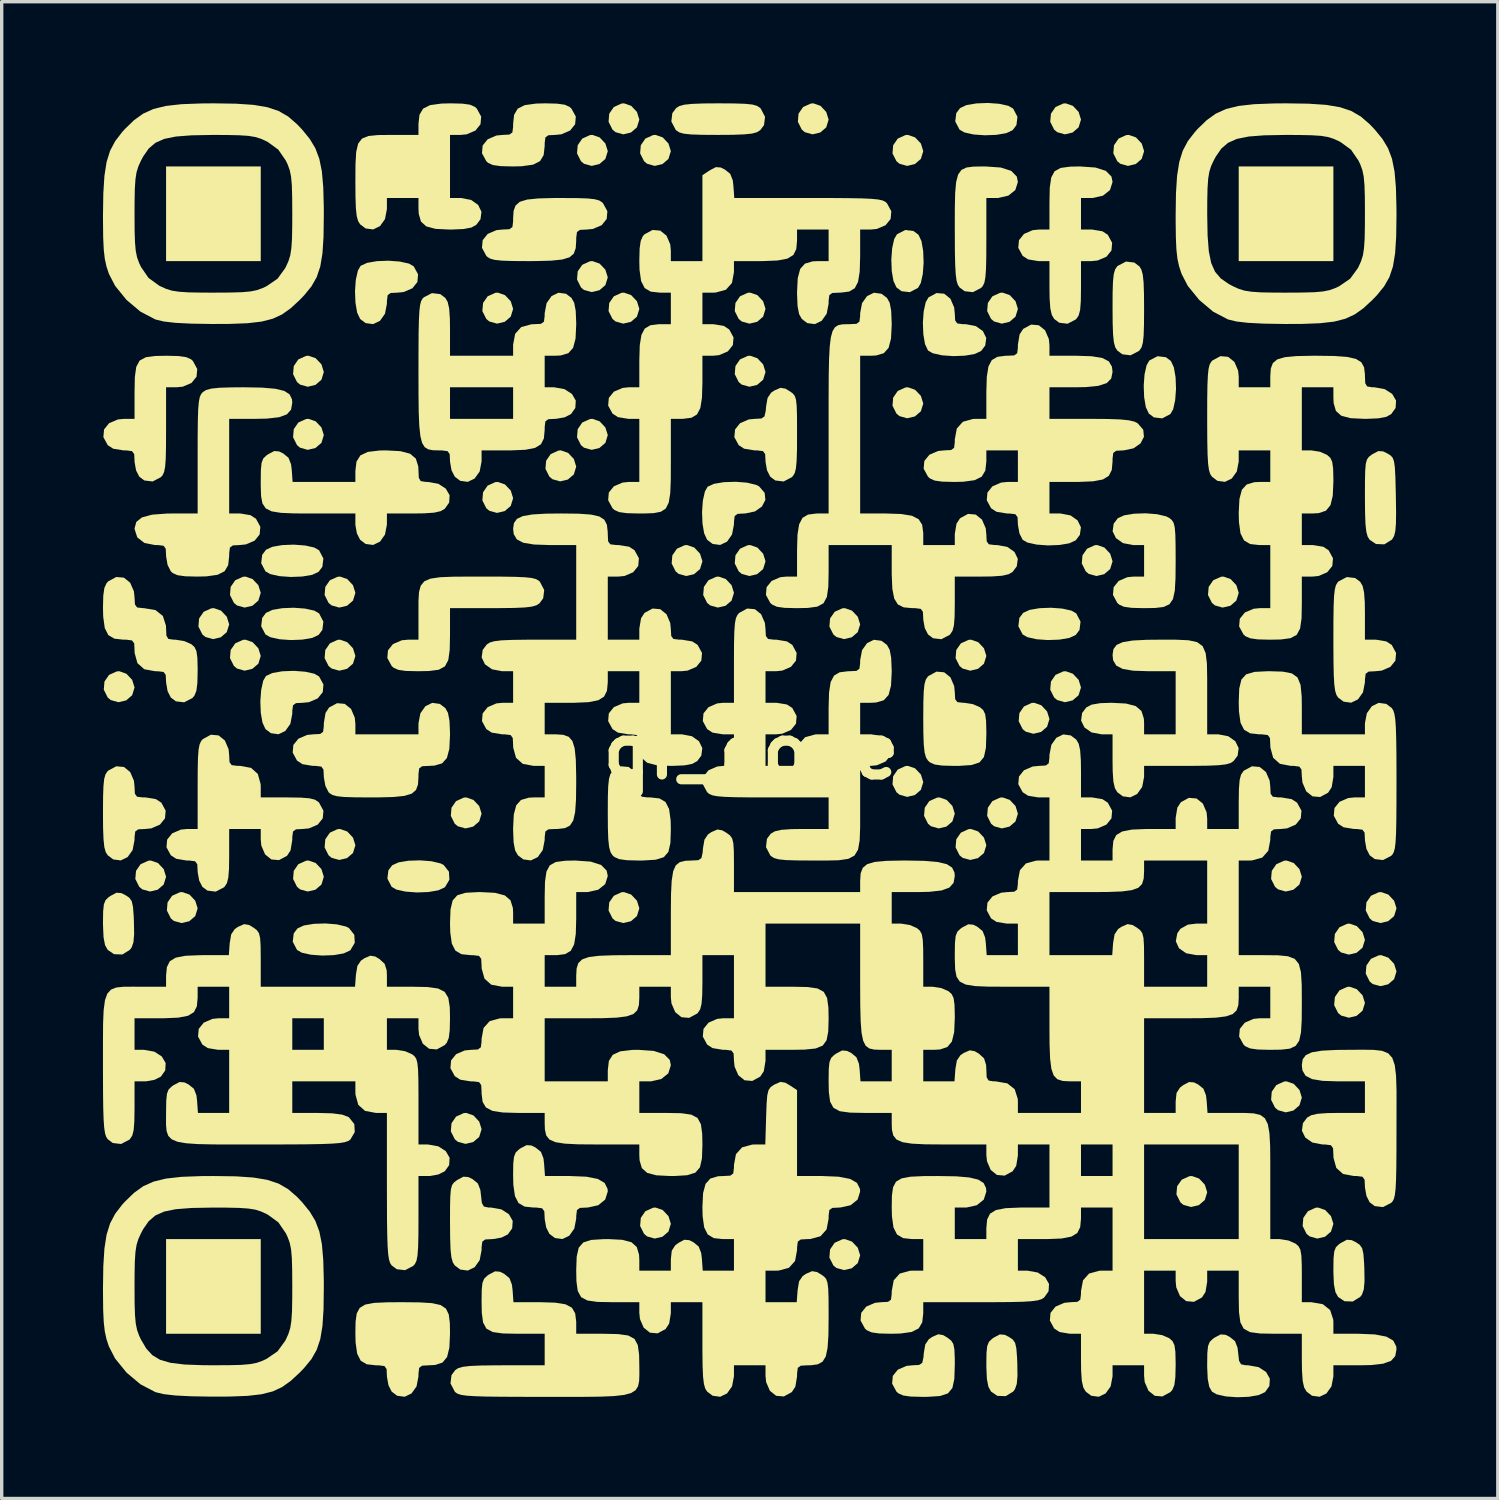
<source format=kicad_pcb>
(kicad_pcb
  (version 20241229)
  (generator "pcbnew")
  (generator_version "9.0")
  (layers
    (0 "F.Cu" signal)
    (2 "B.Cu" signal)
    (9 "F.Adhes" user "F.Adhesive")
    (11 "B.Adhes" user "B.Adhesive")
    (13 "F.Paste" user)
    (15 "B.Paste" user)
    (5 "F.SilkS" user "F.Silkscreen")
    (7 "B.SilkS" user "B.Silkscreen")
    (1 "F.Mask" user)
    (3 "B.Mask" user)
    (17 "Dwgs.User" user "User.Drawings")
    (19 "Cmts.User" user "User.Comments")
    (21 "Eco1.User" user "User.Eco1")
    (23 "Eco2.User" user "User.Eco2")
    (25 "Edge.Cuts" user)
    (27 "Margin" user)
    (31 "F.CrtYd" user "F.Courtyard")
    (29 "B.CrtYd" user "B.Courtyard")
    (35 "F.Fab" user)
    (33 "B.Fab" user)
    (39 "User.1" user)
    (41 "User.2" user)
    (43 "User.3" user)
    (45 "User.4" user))
  (footprint "qr_code"
    (layer "F.Cu")
    (at 19.199 19.21)
    (property "Reference" "qr_code" (at 0 0 0) (layer "F.SilkS") (effects (font (size 1.5 1.5) (thickness 0.3))))
    (attr board_only exclude_from_pos_files exclude_from_bom)
    (fp_poly (pts (xy -14.526 -15.928) (xy -14.526 -14.526) (xy -15.928 -14.526) (xy -17.33 -14.526) (xy -17.33 -15.928) (xy -17.33 -17.33) (xy -15.928 -17.33) (xy -14.526 -17.33)) (stroke (width 0) (type solid)) (fill yes) (layer "F.SilkS"))
    (fp_poly (pts (xy -14.526 15.843) (xy -14.526 17.245) (xy -15.928 17.245) (xy -17.33 17.245) (xy -17.33 15.843) (xy -17.33 14.441) (xy -15.928 14.441) (xy -14.526 14.441)) (stroke (width 0) (type solid)) (fill yes) (layer "F.SilkS"))
    (fp_poly (pts (xy 17.245 -15.928) (xy 17.245 -14.526) (xy 15.843 -14.526) (xy 14.441 -14.526) (xy 14.441 -15.928) (xy 14.441 -17.33) (xy 15.843 -17.33) (xy 17.245 -17.33)) (stroke (width 0) (type solid)) (fill yes) (layer "F.SilkS"))
    (fp_poly (pts (xy -18.505 -2.304) (xy -18.335 -2.124) (xy -18.264 -1.898) (xy -18.264 -1.897) (xy -18.335 -1.667) (xy -18.512 -1.515) (xy -18.741 -1.461) (xy -18.969 -1.525) (xy -19.058 -1.599) (xy -19.175 -1.833) (xy -19.155 -2.073) (xy -19.019 -2.27) (xy -18.791 -2.373) (xy -18.717 -2.379)) (stroke (width 0) (type solid)) (fill yes) (layer "F.SilkS"))
    (fp_poly (pts (xy -17.57 3.302) (xy -17.4 3.483) (xy -17.33 3.709) (xy -17.33 3.71) (xy -17.401 3.94) (xy -17.578 4.092) (xy -17.807 4.146) (xy -18.034 4.082) (xy -18.124 4.007) (xy -18.241 3.774) (xy -18.22 3.534) (xy -18.085 3.337) (xy -17.856 3.234) (xy -17.782 3.228)) (stroke (width 0) (type solid)) (fill yes) (layer "F.SilkS"))
    (fp_poly (pts (xy -16.636 4.237) (xy -16.466 4.418) (xy -16.395 4.643) (xy -16.395 4.645) (xy -16.466 4.874) (xy -16.643 5.026) (xy -16.872 5.08) (xy -17.1 5.017) (xy -17.189 4.942) (xy -17.306 4.708) (xy -17.286 4.468) (xy -17.151 4.272) (xy -16.922 4.168) (xy -16.848 4.163)) (stroke (width 0) (type solid)) (fill yes) (layer "F.SilkS"))
    (fp_poly (pts (xy -15.702 -4.173) (xy -15.531 -3.992) (xy -15.461 -3.767) (xy -15.461 -3.766) (xy -15.532 -3.536) (xy -15.709 -3.384) (xy -15.938 -3.33) (xy -16.165 -3.393) (xy -16.255 -3.468) (xy -16.372 -3.702) (xy -16.352 -3.942) (xy -16.216 -4.139) (xy -15.988 -4.242) (xy -15.913 -4.247)) (stroke (width 0) (type solid)) (fill yes) (layer "F.SilkS"))
    (fp_poly (pts (xy -14.767 -5.108) (xy -14.597 -4.927) (xy -14.526 -4.701) (xy -14.526 -4.7) (xy -14.597 -4.47) (xy -14.774 -4.318) (xy -15.003 -4.264) (xy -15.231 -4.328) (xy -15.32 -4.403) (xy -15.437 -4.636) (xy -15.417 -4.876) (xy -15.282 -5.073) (xy -15.053 -5.176) (xy -14.979 -5.182)) (stroke (width 0) (type solid)) (fill yes) (layer "F.SilkS"))
    (fp_poly (pts (xy -14.767 -3.239) (xy -14.597 -3.058) (xy -14.526 -2.832) (xy -14.526 -2.831) (xy -14.597 -2.602) (xy -14.774 -2.45) (xy -15.003 -2.395) (xy -15.231 -2.459) (xy -15.32 -2.534) (xy -15.437 -2.767) (xy -15.417 -3.007) (xy -15.282 -3.204) (xy -15.053 -3.308) (xy -14.979 -3.313)) (stroke (width 0) (type solid)) (fill yes) (layer "F.SilkS"))
    (fp_poly (pts (xy -12.898 -11.649) (xy -12.728 -11.468) (xy -12.658 -11.243) (xy -12.658 -11.241) (xy -12.728 -11.012) (xy -12.905 -10.86) (xy -13.135 -10.805) (xy -13.362 -10.869) (xy -13.451 -10.944) (xy -13.568 -11.177) (xy -13.548 -11.417) (xy -13.413 -11.614) (xy -13.184 -11.718) (xy -13.11 -11.723)) (stroke (width 0) (type solid)) (fill yes) (layer "F.SilkS"))
    (fp_poly (pts (xy -12.898 -9.78) (xy -12.728 -9.599) (xy -12.658 -9.374) (xy -12.658 -9.372) (xy -12.728 -9.143) (xy -12.905 -8.991) (xy -13.135 -8.936) (xy -13.362 -9) (xy -13.451 -9.075) (xy -13.568 -9.308) (xy -13.548 -9.548) (xy -13.413 -9.745) (xy -13.184 -9.849) (xy -13.11 -9.854)) (stroke (width 0) (type solid)) (fill yes) (layer "F.SilkS"))
    (fp_poly (pts (xy -12.898 3.302) (xy -12.728 3.483) (xy -12.658 3.709) (xy -12.658 3.71) (xy -12.728 3.94) (xy -12.905 4.092) (xy -13.135 4.146) (xy -13.362 4.082) (xy -13.451 4.007) (xy -13.568 3.774) (xy -13.548 3.534) (xy -13.413 3.337) (xy -13.184 3.234) (xy -13.11 3.228)) (stroke (width 0) (type solid)) (fill yes) (layer "F.SilkS"))
    (fp_poly (pts (xy -11.964 -5.108) (xy -11.794 -4.927) (xy -11.723 -4.701) (xy -11.723 -4.7) (xy -11.794 -4.47) (xy -11.971 -4.318) (xy -12.2 -4.264) (xy -12.427 -4.328) (xy -12.517 -4.403) (xy -12.634 -4.636) (xy -12.614 -4.876) (xy -12.478 -5.073) (xy -12.25 -5.176) (xy -12.176 -5.182)) (stroke (width 0) (type solid)) (fill yes) (layer "F.SilkS"))
    (fp_poly (pts (xy -11.964 -3.239) (xy -11.794 -3.058) (xy -11.723 -2.832) (xy -11.723 -2.831) (xy -11.794 -2.602) (xy -11.971 -2.45) (xy -12.2 -2.395) (xy -12.427 -2.459) (xy -12.517 -2.534) (xy -12.634 -2.767) (xy -12.614 -3.007) (xy -12.478 -3.204) (xy -12.25 -3.308) (xy -12.176 -3.313)) (stroke (width 0) (type solid)) (fill yes) (layer "F.SilkS"))
    (fp_poly (pts (xy -11.964 2.368) (xy -11.794 2.549) (xy -11.723 2.774) (xy -11.723 2.776) (xy -11.794 3.005) (xy -11.971 3.157) (xy -12.2 3.211) (xy -12.427 3.148) (xy -12.517 3.073) (xy -12.634 2.84) (xy -12.614 2.599) (xy -12.478 2.403) (xy -12.25 2.299) (xy -12.176 2.294)) (stroke (width 0) (type solid)) (fill yes) (layer "F.SilkS"))
    (fp_poly (pts (xy -8.226 1.433) (xy -8.056 1.614) (xy -7.985 1.84) (xy -7.985 1.841) (xy -8.056 2.071) (xy -8.233 2.223) (xy -8.462 2.277) (xy -8.69 2.213) (xy -8.779 2.138) (xy -8.896 1.905) (xy -8.876 1.665) (xy -8.741 1.468) (xy -8.512 1.365) (xy -8.438 1.359)) (stroke (width 0) (type solid)) (fill yes) (layer "F.SilkS"))
    (fp_poly (pts (xy -8.226 10.778) (xy -8.056 10.959) (xy -7.985 11.184) (xy -7.985 11.186) (xy -8.056 11.415) (xy -8.233 11.567) (xy -8.462 11.621) (xy -8.69 11.558) (xy -8.779 11.483) (xy -8.896 11.25) (xy -8.876 11.01) (xy -8.741 10.813) (xy -8.512 10.709) (xy -8.438 10.704)) (stroke (width 0) (type solid)) (fill yes) (layer "F.SilkS"))
    (fp_poly (pts (xy -7.292 -13.518) (xy -7.121 -13.337) (xy -7.051 -13.111) (xy -7.051 -13.11) (xy -7.122 -12.88) (xy -7.299 -12.728) (xy -7.528 -12.674) (xy -7.755 -12.738) (xy -7.845 -12.813) (xy -7.962 -13.046) (xy -7.941 -13.286) (xy -7.806 -13.483) (xy -7.578 -13.587) (xy -7.503 -13.592)) (stroke (width 0) (type solid)) (fill yes) (layer "F.SilkS"))
    (fp_poly (pts (xy -7.292 -7.911) (xy -7.121 -7.73) (xy -7.051 -7.505) (xy -7.051 -7.503) (xy -7.122 -7.274) (xy -7.299 -7.122) (xy -7.528 -7.068) (xy -7.755 -7.131) (xy -7.845 -7.206) (xy -7.962 -7.439) (xy -7.941 -7.679) (xy -7.806 -7.876) (xy -7.578 -7.98) (xy -7.503 -7.985)) (stroke (width 0) (type solid)) (fill yes) (layer "F.SilkS"))
    (fp_poly (pts (xy -5.423 -8.846) (xy -5.252 -8.665) (xy -5.182 -8.439) (xy -5.182 -8.438) (xy -5.253 -8.208) (xy -5.43 -8.056) (xy -5.659 -8.002) (xy -5.886 -8.066) (xy -5.976 -8.141) (xy -6.093 -8.374) (xy -6.073 -8.614) (xy -5.937 -8.811) (xy -5.709 -8.914) (xy -5.634 -8.92)) (stroke (width 0) (type solid)) (fill yes) (layer "F.SilkS"))
    (fp_poly (pts (xy -4.488 -18.19) (xy -4.318 -18.009) (xy -4.247 -17.784) (xy -4.247 -17.782) (xy -4.318 -17.553) (xy -4.495 -17.401) (xy -4.725 -17.346) (xy -4.952 -17.41) (xy -5.041 -17.485) (xy -5.158 -17.718) (xy -5.138 -17.958) (xy -5.003 -18.155) (xy -4.774 -18.259) (xy -4.7 -18.264)) (stroke (width 0) (type solid)) (fill yes) (layer "F.SilkS"))
    (fp_poly (pts (xy -4.488 -14.452) (xy -4.318 -14.271) (xy -4.247 -14.046) (xy -4.247 -14.044) (xy -4.318 -13.815) (xy -4.495 -13.663) (xy -4.725 -13.609) (xy -4.952 -13.672) (xy -5.041 -13.747) (xy -5.158 -13.981) (xy -5.138 -14.221) (xy -5.003 -14.417) (xy -4.774 -14.521) (xy -4.7 -14.526)) (stroke (width 0) (type solid)) (fill yes) (layer "F.SilkS"))
    (fp_poly (pts (xy -4.488 -9.78) (xy -4.318 -9.599) (xy -4.247 -9.374) (xy -4.247 -9.372) (xy -4.318 -9.143) (xy -4.495 -8.991) (xy -4.725 -8.936) (xy -4.952 -9) (xy -5.041 -9.075) (xy -5.158 -9.308) (xy -5.138 -9.548) (xy -5.003 -9.745) (xy -4.774 -9.849) (xy -4.7 -9.854)) (stroke (width 0) (type solid)) (fill yes) (layer "F.SilkS"))
    (fp_poly (pts (xy -3.554 -19.125) (xy -3.383 -18.944) (xy -3.313 -18.718) (xy -3.313 -18.717) (xy -3.384 -18.487) (xy -3.561 -18.335) (xy -3.79 -18.281) (xy -4.017 -18.345) (xy -4.107 -18.42) (xy -4.224 -18.653) (xy -4.204 -18.893) (xy -4.068 -19.09) (xy -3.84 -19.193) (xy -3.766 -19.199)) (stroke (width 0) (type solid)) (fill yes) (layer "F.SilkS"))
    (fp_poly (pts (xy -3.554 -13.518) (xy -3.383 -13.337) (xy -3.313 -13.111) (xy -3.313 -13.11) (xy -3.384 -12.88) (xy -3.561 -12.728) (xy -3.79 -12.674) (xy -4.017 -12.738) (xy -4.107 -12.813) (xy -4.224 -13.046) (xy -4.204 -13.286) (xy -4.068 -13.483) (xy -3.84 -13.587) (xy -3.766 -13.592)) (stroke (width 0) (type solid)) (fill yes) (layer "F.SilkS"))
    (fp_poly (pts (xy -3.554 4.237) (xy -3.383 4.418) (xy -3.313 4.643) (xy -3.313 4.645) (xy -3.384 4.874) (xy -3.561 5.026) (xy -3.79 5.08) (xy -4.017 5.017) (xy -4.107 4.942) (xy -4.224 4.708) (xy -4.204 4.468) (xy -4.068 4.272) (xy -3.84 4.168) (xy -3.766 4.163)) (stroke (width 0) (type solid)) (fill yes) (layer "F.SilkS"))
    (fp_poly (pts (xy -2.619 -18.19) (xy -2.449 -18.009) (xy -2.379 -17.784) (xy -2.379 -17.782) (xy -2.45 -17.553) (xy -2.627 -17.401) (xy -2.856 -17.346) (xy -3.083 -17.41) (xy -3.172 -17.485) (xy -3.289 -17.718) (xy -3.269 -17.958) (xy -3.134 -18.155) (xy -2.905 -18.259) (xy -2.831 -18.264)) (stroke (width 0) (type solid)) (fill yes) (layer "F.SilkS"))
    (fp_poly (pts (xy -2.619 13.581) (xy -2.449 13.762) (xy -2.379 13.988) (xy -2.379 13.989) (xy -2.45 14.219) (xy -2.627 14.371) (xy -2.856 14.425) (xy -3.083 14.361) (xy -3.172 14.286) (xy -3.289 14.053) (xy -3.269 13.813) (xy -3.134 13.616) (xy -2.905 13.512) (xy -2.831 13.507)) (stroke (width 0) (type solid)) (fill yes) (layer "F.SilkS"))
    (fp_poly (pts (xy -1.685 -6.042) (xy -1.515 -5.861) (xy -1.444 -5.636) (xy -1.444 -5.634) (xy -1.515 -5.405) (xy -1.692 -5.253) (xy -1.921 -5.199) (xy -2.148 -5.262) (xy -2.238 -5.337) (xy -2.355 -5.571) (xy -2.335 -5.811) (xy -2.199 -6.007) (xy -1.971 -6.111) (xy -1.897 -6.116)) (stroke (width 0) (type solid)) (fill yes) (layer "F.SilkS"))
    (fp_poly (pts (xy -0.75 -5.108) (xy -0.58 -4.927) (xy -0.51 -4.701) (xy -0.51 -4.7) (xy -0.581 -4.47) (xy -0.758 -4.318) (xy -0.987 -4.264) (xy -1.214 -4.328) (xy -1.304 -4.403) (xy -1.421 -4.636) (xy -1.4 -4.876) (xy -1.265 -5.073) (xy -1.036 -5.176) (xy -0.962 -5.182)) (stroke (width 0) (type solid)) (fill yes) (layer "F.SilkS"))
    (fp_poly (pts (xy 0.184 -13.518) (xy 0.354 -13.337) (xy 0.425 -13.111) (xy 0.425 -13.11) (xy 0.354 -12.88) (xy 0.177 -12.728) (xy -0.052 -12.674) (xy -0.28 -12.738) (xy -0.369 -12.813) (xy -0.486 -13.046) (xy -0.466 -13.286) (xy -0.331 -13.483) (xy -0.102 -13.587) (xy -0.028 -13.592)) (stroke (width 0) (type solid)) (fill yes) (layer "F.SilkS"))
    (fp_poly (pts (xy 0.184 -11.649) (xy 0.354 -11.468) (xy 0.425 -11.243) (xy 0.425 -11.241) (xy 0.354 -11.012) (xy 0.177 -10.86) (xy -0.052 -10.805) (xy -0.28 -10.869) (xy -0.369 -10.944) (xy -0.486 -11.177) (xy -0.466 -11.417) (xy -0.331 -11.614) (xy -0.102 -11.718) (xy -0.028 -11.723)) (stroke (width 0) (type solid)) (fill yes) (layer "F.SilkS"))
    (fp_poly (pts (xy 0.184 -6.042) (xy 0.354 -5.861) (xy 0.425 -5.636) (xy 0.425 -5.634) (xy 0.354 -5.405) (xy 0.177 -5.253) (xy -0.052 -5.199) (xy -0.28 -5.262) (xy -0.369 -5.337) (xy -0.486 -5.571) (xy -0.466 -5.811) (xy -0.331 -6.007) (xy -0.102 -6.111) (xy -0.028 -6.116)) (stroke (width 0) (type solid)) (fill yes) (layer "F.SilkS"))
    (fp_poly (pts (xy 2.053 -19.125) (xy 2.223 -18.944) (xy 2.294 -18.718) (xy 2.294 -18.717) (xy 2.223 -18.487) (xy 2.046 -18.335) (xy 1.817 -18.281) (xy 1.589 -18.345) (xy 1.5 -18.42) (xy 1.383 -18.653) (xy 1.403 -18.893) (xy 1.538 -19.09) (xy 1.767 -19.193) (xy 1.841 -19.199)) (stroke (width 0) (type solid)) (fill yes) (layer "F.SilkS"))
    (fp_poly (pts (xy 2.987 -4.173) (xy 3.158 -3.992) (xy 3.228 -3.767) (xy 3.228 -3.766) (xy 3.157 -3.536) (xy 2.98 -3.384) (xy 2.751 -3.33) (xy 2.524 -3.393) (xy 2.434 -3.468) (xy 2.317 -3.702) (xy 2.337 -3.942) (xy 2.473 -4.139) (xy 2.701 -4.242) (xy 2.776 -4.247)) (stroke (width 0) (type solid)) (fill yes) (layer "F.SilkS"))
    (fp_poly (pts (xy 2.987 14.516) (xy 3.158 14.697) (xy 3.228 14.922) (xy 3.228 14.923) (xy 3.157 15.153) (xy 2.98 15.305) (xy 2.751 15.359) (xy 2.524 15.296) (xy 2.434 15.221) (xy 2.317 14.987) (xy 2.337 14.747) (xy 2.473 14.55) (xy 2.701 14.447) (xy 2.776 14.441)) (stroke (width 0) (type solid)) (fill yes) (layer "F.SilkS"))
    (fp_poly (pts (xy 4.856 -18.19) (xy 5.027 -18.009) (xy 5.097 -17.784) (xy 5.097 -17.782) (xy 5.026 -17.553) (xy 4.849 -17.401) (xy 4.62 -17.346) (xy 4.393 -17.41) (xy 4.303 -17.485) (xy 4.186 -17.718) (xy 4.206 -17.958) (xy 4.342 -18.155) (xy 4.57 -18.259) (xy 4.645 -18.264)) (stroke (width 0) (type solid)) (fill yes) (layer "F.SilkS"))
    (fp_poly (pts (xy 4.856 -10.714) (xy 5.027 -10.534) (xy 5.097 -10.308) (xy 5.097 -10.307) (xy 5.026 -10.077) (xy 4.849 -9.925) (xy 4.62 -9.871) (xy 4.393 -9.935) (xy 4.303 -10.01) (xy 4.186 -10.243) (xy 4.206 -10.483) (xy 4.342 -10.68) (xy 4.57 -10.783) (xy 4.645 -10.789)) (stroke (width 0) (type solid)) (fill yes) (layer "F.SilkS"))
    (fp_poly (pts (xy 4.856 0.499) (xy 5.027 0.68) (xy 5.097 0.905) (xy 5.097 0.907) (xy 5.026 1.136) (xy 4.849 1.288) (xy 4.62 1.343) (xy 4.393 1.279) (xy 4.303 1.204) (xy 4.186 0.971) (xy 4.206 0.731) (xy 4.342 0.534) (xy 4.57 0.43) (xy 4.645 0.425)) (stroke (width 0) (type solid)) (fill yes) (layer "F.SilkS"))
    (fp_poly (pts (xy 5.791 1.433) (xy 5.961 1.614) (xy 6.031 1.84) (xy 6.031 1.841) (xy 5.96 2.071) (xy 5.783 2.223) (xy 5.554 2.277) (xy 5.327 2.213) (xy 5.238 2.138) (xy 5.121 1.905) (xy 5.141 1.665) (xy 5.276 1.468) (xy 5.505 1.365) (xy 5.579 1.359)) (stroke (width 0) (type solid)) (fill yes) (layer "F.SilkS"))
    (fp_poly (pts (xy 6.725 -3.239) (xy 6.895 -3.058) (xy 6.966 -2.832) (xy 6.966 -2.831) (xy 6.895 -2.602) (xy 6.718 -2.45) (xy 6.489 -2.395) (xy 6.262 -2.459) (xy 6.172 -2.534) (xy 6.055 -2.767) (xy 6.075 -3.007) (xy 6.211 -3.204) (xy 6.439 -3.308) (xy 6.513 -3.313)) (stroke (width 0) (type solid)) (fill yes) (layer "F.SilkS"))
    (fp_poly (pts (xy 6.725 2.368) (xy 6.895 2.549) (xy 6.966 2.774) (xy 6.966 2.776) (xy 6.895 3.005) (xy 6.718 3.157) (xy 6.489 3.211) (xy 6.262 3.148) (xy 6.172 3.073) (xy 6.055 2.84) (xy 6.075 2.599) (xy 6.211 2.403) (xy 6.439 2.299) (xy 6.513 2.294)) (stroke (width 0) (type solid)) (fill yes) (layer "F.SilkS"))
    (fp_poly (pts (xy 7.66 -13.518) (xy 7.83 -13.337) (xy 7.9 -13.111) (xy 7.9 -13.11) (xy 7.829 -12.88) (xy 7.652 -12.728) (xy 7.423 -12.674) (xy 7.196 -12.738) (xy 7.106 -12.813) (xy 6.99 -13.046) (xy 7.01 -13.286) (xy 7.145 -13.483) (xy 7.374 -13.587) (xy 7.448 -13.592)) (stroke (width 0) (type solid)) (fill yes) (layer "F.SilkS"))
    (fp_poly (pts (xy 7.66 1.433) (xy 7.83 1.614) (xy 7.9 1.84) (xy 7.9 1.841) (xy 7.829 2.071) (xy 7.652 2.223) (xy 7.423 2.277) (xy 7.196 2.213) (xy 7.106 2.138) (xy 6.99 1.905) (xy 7.01 1.665) (xy 7.145 1.468) (xy 7.374 1.365) (xy 7.448 1.359)) (stroke (width 0) (type solid)) (fill yes) (layer "F.SilkS"))
    (fp_poly (pts (xy 8.594 -1.37) (xy 8.764 -1.189) (xy 8.835 -0.964) (xy 8.835 -0.962) (xy 8.764 -0.733) (xy 8.587 -0.581) (xy 8.358 -0.526) (xy 8.13 -0.59) (xy 8.041 -0.665) (xy 7.924 -0.898) (xy 7.944 -1.138) (xy 8.08 -1.335) (xy 8.308 -1.439) (xy 8.382 -1.444)) (stroke (width 0) (type solid)) (fill yes) (layer "F.SilkS"))
    (fp_poly (pts (xy 9.529 -19.125) (xy 9.699 -18.944) (xy 9.769 -18.718) (xy 9.769 -18.717) (xy 9.698 -18.487) (xy 9.521 -18.335) (xy 9.292 -18.281) (xy 9.065 -18.345) (xy 8.975 -18.42) (xy 8.858 -18.653) (xy 8.879 -18.893) (xy 9.014 -19.09) (xy 9.243 -19.193) (xy 9.317 -19.199)) (stroke (width 0) (type solid)) (fill yes) (layer "F.SilkS"))
    (fp_poly (pts (xy 9.529 -2.304) (xy 9.699 -2.124) (xy 9.769 -1.898) (xy 9.769 -1.897) (xy 9.698 -1.667) (xy 9.521 -1.515) (xy 9.292 -1.461) (xy 9.065 -1.525) (xy 8.975 -1.599) (xy 8.858 -1.833) (xy 8.879 -2.073) (xy 9.014 -2.27) (xy 9.243 -2.373) (xy 9.317 -2.379)) (stroke (width 0) (type solid)) (fill yes) (layer "F.SilkS"))
    (fp_poly (pts (xy 10.463 -6.042) (xy 10.633 -5.861) (xy 10.704 -5.636) (xy 10.704 -5.634) (xy 10.633 -5.405) (xy 10.456 -5.253) (xy 10.227 -5.199) (xy 9.999 -5.262) (xy 9.91 -5.337) (xy 9.793 -5.571) (xy 9.813 -5.811) (xy 9.948 -6.007) (xy 10.177 -6.111) (xy 10.251 -6.116)) (stroke (width 0) (type solid)) (fill yes) (layer "F.SilkS"))
    (fp_poly (pts (xy 11.397 -18.19) (xy 11.568 -18.009) (xy 11.638 -17.784) (xy 11.638 -17.782) (xy 11.567 -17.553) (xy 11.39 -17.401) (xy 11.161 -17.346) (xy 10.934 -17.41) (xy 10.844 -17.485) (xy 10.727 -17.718) (xy 10.747 -17.958) (xy 10.883 -18.155) (xy 11.111 -18.259) (xy 11.186 -18.264)) (stroke (width 0) (type solid)) (fill yes) (layer "F.SilkS"))
    (fp_poly (pts (xy 13.266 12.647) (xy 13.437 12.828) (xy 13.507 13.053) (xy 13.507 13.055) (xy 13.436 13.284) (xy 13.259 13.436) (xy 13.03 13.49) (xy 12.803 13.427) (xy 12.713 13.352) (xy 12.596 13.118) (xy 12.616 12.878) (xy 12.752 12.682) (xy 12.98 12.578) (xy 13.055 12.573)) (stroke (width 0) (type solid)) (fill yes) (layer "F.SilkS"))
    (fp_poly (pts (xy 14.201 -5.108) (xy 14.371 -4.927) (xy 14.441 -4.701) (xy 14.441 -4.7) (xy 14.37 -4.47) (xy 14.194 -4.318) (xy 13.964 -4.264) (xy 13.737 -4.328) (xy 13.648 -4.403) (xy 13.531 -4.636) (xy 13.551 -4.876) (xy 13.686 -5.073) (xy 13.915 -5.176) (xy 13.989 -5.182)) (stroke (width 0) (type solid)) (fill yes) (layer "F.SilkS"))
    (fp_poly (pts (xy 16.07 3.302) (xy 16.24 3.483) (xy 16.31 3.709) (xy 16.31 3.71) (xy 16.239 3.94) (xy 16.062 4.092) (xy 15.833 4.146) (xy 15.606 4.082) (xy 15.517 4.007) (xy 15.4 3.774) (xy 15.42 3.534) (xy 15.555 3.337) (xy 15.784 3.234) (xy 15.858 3.228)) (stroke (width 0) (type solid)) (fill yes) (layer "F.SilkS"))
    (fp_poly (pts (xy 16.07 9.843) (xy 16.24 10.024) (xy 16.31 10.25) (xy 16.31 10.251) (xy 16.239 10.481) (xy 16.062 10.633) (xy 15.833 10.687) (xy 15.606 10.623) (xy 15.517 10.548) (xy 15.4 10.315) (xy 15.42 10.075) (xy 15.555 9.878) (xy 15.784 9.775) (xy 15.858 9.769)) (stroke (width 0) (type solid)) (fill yes) (layer "F.SilkS"))
    (fp_poly (pts (xy 17.004 13.581) (xy 17.174 13.762) (xy 17.245 13.988) (xy 17.245 13.989) (xy 17.174 14.219) (xy 16.997 14.371) (xy 16.768 14.425) (xy 16.541 14.361) (xy 16.451 14.286) (xy 16.334 14.053) (xy 16.354 13.813) (xy 16.49 13.616) (xy 16.718 13.512) (xy 16.792 13.507)) (stroke (width 0) (type solid)) (fill yes) (layer "F.SilkS"))
    (fp_poly (pts (xy 17.939 5.171) (xy 18.109 5.352) (xy 18.179 5.578) (xy 18.179 5.579) (xy 18.108 5.809) (xy 17.931 5.961) (xy 17.702 6.015) (xy 17.475 5.951) (xy 17.385 5.876) (xy 17.268 5.643) (xy 17.289 5.403) (xy 17.424 5.206) (xy 17.653 5.102) (xy 17.727 5.097)) (stroke (width 0) (type solid)) (fill yes) (layer "F.SilkS"))
    (fp_poly (pts (xy 17.939 7.04) (xy 18.109 7.221) (xy 18.179 7.446) (xy 18.179 7.448) (xy 18.108 7.677) (xy 17.931 7.829) (xy 17.702 7.884) (xy 17.475 7.82) (xy 17.385 7.745) (xy 17.268 7.512) (xy 17.289 7.272) (xy 17.424 7.075) (xy 17.653 6.971) (xy 17.727 6.966)) (stroke (width 0) (type solid)) (fill yes) (layer "F.SilkS"))
    (fp_poly (pts (xy 18.873 4.237) (xy 19.043 4.418) (xy 19.114 4.643) (xy 19.114 4.645) (xy 19.043 4.874) (xy 18.866 5.026) (xy 18.637 5.08) (xy 18.409 5.017) (xy 18.32 4.942) (xy 18.203 4.708) (xy 18.223 4.468) (xy 18.358 4.272) (xy 18.587 4.168) (xy 18.661 4.163)) (stroke (width 0) (type solid)) (fill yes) (layer "F.SilkS"))
    (fp_poly (pts (xy 18.873 6.106) (xy 19.043 6.287) (xy 19.114 6.512) (xy 19.114 6.513) (xy 19.043 6.743) (xy 18.866 6.895) (xy 18.637 6.949) (xy 18.409 6.886) (xy 18.32 6.811) (xy 18.203 6.577) (xy 18.223 6.337) (xy 18.358 6.14) (xy 18.587 6.037) (xy 18.661 6.031)) (stroke (width 0) (type solid)) (fill yes) (layer "F.SilkS"))
    (fp_poly (pts (xy -13.212 -6.103) (xy -12.94 -6.043) (xy -12.798 -5.961) (xy -12.671 -5.718) (xy -12.701 -5.472) (xy -12.813 -5.323) (xy -13.002 -5.234) (xy -13.296 -5.184) (xy -13.637 -5.171) (xy -13.972 -5.195) (xy -14.244 -5.256) (xy -14.386 -5.337) (xy -14.513 -5.58) (xy -14.483 -5.826) (xy -14.371 -5.976) (xy -14.182 -6.064) (xy -13.888 -6.115) (xy -13.546 -6.128)) (stroke (width 0) (type solid)) (fill yes) (layer "F.SilkS"))
    (fp_poly (pts (xy -13.212 -4.234) (xy -12.94 -4.174) (xy -12.798 -4.092) (xy -12.671 -3.849) (xy -12.701 -3.603) (xy -12.813 -3.454) (xy -13.002 -3.365) (xy -13.296 -3.315) (xy -13.637 -3.302) (xy -13.972 -3.326) (xy -14.244 -3.387) (xy -14.386 -3.468) (xy -14.513 -3.711) (xy -14.483 -3.957) (xy -14.371 -4.107) (xy -14.182 -4.195) (xy -13.888 -4.246) (xy -13.546 -4.259)) (stroke (width 0) (type solid)) (fill yes) (layer "F.SilkS"))
    (fp_poly (pts (xy 4.807 -15.418) (xy 4.956 -15.306) (xy 5.045 -15.116) (xy 5.095 -14.823) (xy 5.108 -14.481) (xy 5.084 -14.146) (xy 5.023 -13.874) (xy 4.942 -13.733) (xy 4.699 -13.606) (xy 4.453 -13.635) (xy 4.303 -13.747) (xy 4.215 -13.937) (xy 4.164 -14.23) (xy 4.151 -14.572) (xy 4.176 -14.907) (xy 4.236 -15.178) (xy 4.318 -15.32) (xy 4.561 -15.447)) (stroke (width 0) (type solid)) (fill yes) (layer "F.SilkS"))
    (fp_poly (pts (xy 7.346 -19.186) (xy 7.618 -19.125) (xy 7.76 -19.043) (xy 7.887 -18.8) (xy 7.857 -18.555) (xy 7.745 -18.405) (xy 7.556 -18.316) (xy 7.262 -18.266) (xy 6.92 -18.253) (xy 6.586 -18.277) (xy 6.314 -18.338) (xy 6.172 -18.42) (xy 6.045 -18.662) (xy 6.075 -18.908) (xy 6.187 -19.058) (xy 6.376 -19.147) (xy 6.67 -19.197) (xy 7.011 -19.21)) (stroke (width 0) (type solid)) (fill yes) (layer "F.SilkS"))
    (fp_poly (pts (xy 9.215 -4.234) (xy 9.487 -4.174) (xy 9.629 -4.092) (xy 9.755 -3.849) (xy 9.726 -3.603) (xy 9.614 -3.454) (xy 9.424 -3.365) (xy 9.131 -3.315) (xy 8.789 -3.302) (xy 8.455 -3.326) (xy 8.183 -3.387) (xy 8.041 -3.468) (xy 7.914 -3.711) (xy 7.944 -3.957) (xy 8.056 -4.107) (xy 8.245 -4.195) (xy 8.539 -4.246) (xy 8.88 -4.259)) (stroke (width 0) (type solid)) (fill yes) (layer "F.SilkS"))
    (fp_poly (pts (xy 12.282 -11.68) (xy 12.432 -11.568) (xy 12.52 -11.378) (xy 12.571 -11.085) (xy 12.584 -10.743) (xy 12.559 -10.409) (xy 12.499 -10.137) (xy 12.417 -9.995) (xy 12.174 -9.868) (xy 11.928 -9.898) (xy 11.779 -10.01) (xy 11.69 -10.199) (xy 11.64 -10.492) (xy 11.627 -10.834) (xy 11.651 -11.169) (xy 11.712 -11.441) (xy 11.793 -11.582) (xy 12.036 -11.709)) (stroke (width 0) (type solid)) (fill yes) (layer "F.SilkS"))
    (fp_poly (pts (xy -12.271 5.119) (xy -12.002 5.183) (xy -11.912 5.229) (xy -11.755 5.427) (xy -11.741 5.665) (xy -11.871 5.884) (xy -11.878 5.891) (xy -12.068 5.979) (xy -12.361 6.03) (xy -12.703 6.043) (xy -13.038 6.018) (xy -13.31 5.958) (xy -13.451 5.876) (xy -13.578 5.633) (xy -13.549 5.387) (xy -13.437 5.238) (xy -13.248 5.152) (xy -12.952 5.103) (xy -12.607 5.092)) (stroke (width 0) (type solid)) (fill yes) (layer "F.SilkS"))
    (fp_poly (pts (xy -9.467 3.25) (xy -9.198 3.314) (xy -9.109 3.36) (xy -8.952 3.558) (xy -8.938 3.796) (xy -9.068 4.016) (xy -9.075 4.022) (xy -9.265 4.11) (xy -9.558 4.161) (xy -9.9 4.174) (xy -10.234 4.149) (xy -10.506 4.089) (xy -10.648 4.007) (xy -10.775 3.764) (xy -10.745 3.518) (xy -10.633 3.369) (xy -10.445 3.283) (xy -10.149 3.234) (xy -9.804 3.223)) (stroke (width 0) (type solid)) (fill yes) (layer "F.SilkS"))
    (fp_poly (pts (xy -18.655 4.193) (xy -18.531 4.255) (xy -18.417 4.332) (xy -18.348 4.432) (xy -18.31 4.598) (xy -18.289 4.872) (xy -18.282 5.047) (xy -18.276 5.412) (xy -18.297 5.65) (xy -18.35 5.803) (xy -18.401 5.872) (xy -18.624 6.011) (xy -18.871 6.002) (xy -19.058 5.876) (xy -19.138 5.734) (xy -19.182 5.502) (xy -19.198 5.145) (xy -19.199 5.071) (xy -19.194 4.737) (xy -19.173 4.529) (xy -19.123 4.402) (xy -19.031 4.313) (xy -18.976 4.276) (xy -18.8 4.182)) (stroke (width 0) (type solid)) (fill yes) (layer "F.SilkS"))
    (fp_poly (pts (xy 7.509 17.276) (xy 7.634 17.338) (xy 7.747 17.414) (xy 7.817 17.514) (xy 7.855 17.68) (xy 7.876 17.955) (xy 7.883 18.129) (xy 7.888 18.494) (xy 7.867 18.732) (xy 7.814 18.885) (xy 7.764 18.954) (xy 7.54 19.093) (xy 7.293 19.084) (xy 7.106 18.958) (xy 7.027 18.816) (xy 6.982 18.585) (xy 6.966 18.228) (xy 6.966 18.153) (xy 6.97 17.819) (xy 6.991 17.611) (xy 7.042 17.485) (xy 7.133 17.396) (xy 7.188 17.358) (xy 7.364 17.264)) (stroke (width 0) (type solid)) (fill yes) (layer "F.SilkS"))
    (fp_poly (pts (xy 17.788 14.472) (xy 17.913 14.534) (xy 18.026 14.611) (xy 18.096 14.711) (xy 18.134 14.877) (xy 18.155 15.151) (xy 18.162 15.326) (xy 18.167 15.69) (xy 18.146 15.929) (xy 18.093 16.082) (xy 18.042 16.151) (xy 17.819 16.29) (xy 17.572 16.281) (xy 17.385 16.155) (xy 17.306 16.013) (xy 17.261 15.781) (xy 17.245 15.424) (xy 17.245 15.35) (xy 17.249 15.016) (xy 17.27 14.808) (xy 17.32 14.681) (xy 17.412 14.592) (xy 17.467 14.555) (xy 17.643 14.461)) (stroke (width 0) (type solid)) (fill yes) (layer "F.SilkS"))
    (fp_poly (pts (xy -13.212 -2.365) (xy -12.94 -2.305) (xy -12.798 -2.223) (xy -12.669 -1.986) (xy -12.689 -1.759) (xy -12.838 -1.574) (xy -13.097 -1.462) (xy -13.28 -1.444) (xy -13.482 -1.434) (xy -13.57 -1.37) (xy -13.592 -1.202) (xy -13.592 -1.118) (xy -13.649 -0.82) (xy -13.797 -0.611) (xy -14 -0.512) (xy -14.223 -0.543) (xy -14.386 -0.665) (xy -14.474 -0.855) (xy -14.525 -1.148) (xy -14.538 -1.49) (xy -14.513 -1.824) (xy -14.453 -2.096) (xy -14.371 -2.238) (xy -14.182 -2.326) (xy -13.888 -2.377) (xy -13.546 -2.39)) (stroke (width 0) (type solid)) (fill yes) (layer "F.SilkS"))
    (fp_poly (pts (xy -10.409 -14.513) (xy -10.137 -14.453) (xy -9.995 -14.371) (xy -9.866 -14.134) (xy -9.886 -13.907) (xy -10.035 -13.721) (xy -10.293 -13.61) (xy -10.477 -13.592) (xy -10.679 -13.582) (xy -10.767 -13.518) (xy -10.788 -13.35) (xy -10.789 -13.265) (xy -10.846 -12.968) (xy -10.993 -12.759) (xy -11.197 -12.66) (xy -11.42 -12.69) (xy -11.582 -12.813) (xy -11.671 -13.002) (xy -11.721 -13.296) (xy -11.734 -13.637) (xy -11.71 -13.972) (xy -11.649 -14.244) (xy -11.568 -14.386) (xy -11.378 -14.474) (xy -11.085 -14.525) (xy -10.743 -14.538)) (stroke (width 0) (type solid)) (fill yes) (layer "F.SilkS"))
    (fp_poly (pts (xy 5.717 -13.56) (xy 5.902 -13.411) (xy 6.013 -13.153) (xy 6.031 -12.969) (xy 6.042 -12.767) (xy 6.106 -12.679) (xy 6.274 -12.658) (xy 6.358 -12.658) (xy 6.656 -12.6) (xy 6.864 -12.453) (xy 6.963 -12.25) (xy 6.933 -12.026) (xy 6.811 -11.864) (xy 6.621 -11.775) (xy 6.328 -11.725) (xy 5.986 -11.712) (xy 5.651 -11.736) (xy 5.379 -11.797) (xy 5.238 -11.878) (xy 5.149 -12.068) (xy 5.099 -12.361) (xy 5.086 -12.703) (xy 5.11 -13.038) (xy 5.171 -13.31) (xy 5.252 -13.451) (xy 5.49 -13.58)) (stroke (width 0) (type solid)) (fill yes) (layer "F.SilkS"))
    (fp_poly (pts (xy -0.123 -7.964) (xy 0.146 -7.899) (xy 0.236 -7.853) (xy 0.399 -7.663) (xy 0.421 -7.453) (xy 0.319 -7.258) (xy 0.113 -7.112) (xy -0.178 -7.051) (xy -0.198 -7.051) (xy -0.4 -7.041) (xy -0.488 -6.977) (xy -0.509 -6.809) (xy -0.51 -6.724) (xy -0.567 -6.427) (xy -0.714 -6.218) (xy -0.918 -6.119) (xy -1.141 -6.149) (xy -1.304 -6.272) (xy -1.392 -6.461) (xy -1.442 -6.755) (xy -1.455 -7.096) (xy -1.431 -7.431) (xy -1.37 -7.703) (xy -1.289 -7.845) (xy -1.1 -7.93) (xy -0.804 -7.979) (xy -0.459 -7.99)) (stroke (width 0) (type solid)) (fill yes) (layer "F.SilkS"))
    (fp_poly (pts (xy -0.499 -19.196) (xy -0.176 -19.185) (xy 0.038 -19.163) (xy 0.174 -19.124) (xy 0.261 -19.067) (xy 0.284 -19.043) (xy 0.411 -18.8) (xy 0.381 -18.555) (xy 0.269 -18.405) (xy 0.175 -18.345) (xy 0.027 -18.304) (xy -0.204 -18.28) (xy -0.548 -18.267) (xy -0.992 -18.264) (xy -1.454 -18.267) (xy -1.778 -18.278) (xy -1.992 -18.3) (xy -2.128 -18.338) (xy -2.215 -18.396) (xy -2.238 -18.42) (xy -2.365 -18.662) (xy -2.335 -18.908) (xy -2.223 -19.058) (xy -2.129 -19.118) (xy -1.981 -19.159) (xy -1.749 -19.183) (xy -1.406 -19.196) (xy -0.962 -19.199)) (stroke (width 0) (type solid)) (fill yes) (layer "F.SilkS"))
    (fp_poly (pts (xy 11.348 -14.483) (xy 11.498 -14.371) (xy 11.557 -14.276) (xy 11.598 -14.128) (xy 11.623 -13.897) (xy 11.635 -13.554) (xy 11.638 -13.11) (xy 11.635 -12.647) (xy 11.625 -12.324) (xy 11.602 -12.11) (xy 11.564 -11.974) (xy 11.506 -11.887) (xy 11.483 -11.864) (xy 11.24 -11.737) (xy 10.994 -11.766) (xy 10.844 -11.878) (xy 10.784 -11.973) (xy 10.744 -12.121) (xy 10.719 -12.352) (xy 10.707 -12.696) (xy 10.704 -13.14) (xy 10.706 -13.602) (xy 10.717 -13.926) (xy 10.74 -14.14) (xy 10.778 -14.276) (xy 10.835 -14.363) (xy 10.859 -14.386) (xy 11.102 -14.513)) (stroke (width 0) (type solid)) (fill yes) (layer "F.SilkS"))
    (fp_poly (pts (xy 5.686 17.285) (xy 5.809 17.358) (xy 5.921 17.444) (xy 5.988 17.547) (xy 6.02 17.712) (xy 6.031 17.982) (xy 6.031 18.168) (xy 6.018 18.579) (xy 5.96 18.851) (xy 5.828 19.011) (xy 5.593 19.089) (xy 5.227 19.113) (xy 5.082 19.114) (xy 4.728 19.105) (xy 4.501 19.073) (xy 4.359 19.009) (xy 4.303 18.958) (xy 4.175 18.721) (xy 4.195 18.494) (xy 4.344 18.308) (xy 4.601 18.197) (xy 4.78 18.179) (xy 4.974 18.169) (xy 5.067 18.108) (xy 5.103 17.947) (xy 5.113 17.821) (xy 5.157 17.562) (xy 5.263 17.406) (xy 5.363 17.338) (xy 5.541 17.26)) (stroke (width 0) (type solid)) (fill yes) (layer "F.SilkS"))
    (fp_poly (pts (xy 14.051 17.276) (xy 14.175 17.338) (xy 14.331 17.464) (xy 14.406 17.657) (xy 14.425 17.821) (xy 14.451 18.046) (xy 14.511 18.15) (xy 14.645 18.178) (xy 14.725 18.179) (xy 15.031 18.234) (xy 15.25 18.377) (xy 15.363 18.574) (xy 15.349 18.793) (xy 15.221 18.973) (xy 15.031 19.062) (xy 14.738 19.112) (xy 14.396 19.125) (xy 14.061 19.101) (xy 13.789 19.04) (xy 13.648 18.958) (xy 13.568 18.816) (xy 13.523 18.585) (xy 13.507 18.228) (xy 13.507 18.153) (xy 13.511 17.819) (xy 13.532 17.611) (xy 13.583 17.485) (xy 13.674 17.396) (xy 13.729 17.358) (xy 13.906 17.264)) (stroke (width 0) (type solid)) (fill yes) (layer "F.SilkS"))
    (fp_poly (pts (xy 18.722 -8.889) (xy 18.847 -8.827) (xy 18.938 -8.771) (xy 19 -8.703) (xy 19.041 -8.593) (xy 19.066 -8.411) (xy 19.081 -8.128) (xy 19.092 -7.712) (xy 19.095 -7.567) (xy 19.102 -7.093) (xy 19.098 -6.759) (xy 19.08 -6.534) (xy 19.045 -6.389) (xy 18.991 -6.293) (xy 18.976 -6.275) (xy 18.753 -6.137) (xy 18.506 -6.147) (xy 18.32 -6.272) (xy 18.26 -6.366) (xy 18.22 -6.513) (xy 18.195 -6.742) (xy 18.183 -7.084) (xy 18.179 -7.544) (xy 18.18 -7.998) (xy 18.187 -8.312) (xy 18.204 -8.518) (xy 18.238 -8.646) (xy 18.294 -8.727) (xy 18.377 -8.79) (xy 18.401 -8.807) (xy 18.578 -8.9)) (stroke (width 0) (type solid)) (fill yes) (layer "F.SilkS"))
    (fp_poly (pts (xy -3.628 0.457) (xy -3.442 0.606) (xy -3.331 0.864) (xy -3.313 1.047) (xy -3.303 1.25) (xy -3.239 1.338) (xy -3.071 1.359) (xy -2.986 1.359) (xy -2.716 1.389) (xy -2.537 1.495) (xy -2.431 1.703) (xy -2.385 2.038) (xy -2.379 2.308) (xy -2.392 2.709) (xy -2.452 2.973) (xy -2.588 3.129) (xy -2.827 3.204) (xy -3.199 3.227) (xy -3.328 3.228) (xy -3.682 3.219) (xy -3.909 3.187) (xy -4.051 3.124) (xy -4.107 3.073) (xy -4.167 2.978) (xy -4.207 2.83) (xy -4.232 2.599) (xy -4.244 2.255) (xy -4.247 1.812) (xy -4.245 1.349) (xy -4.234 1.025) (xy -4.211 0.811) (xy -4.173 0.676) (xy -4.116 0.588) (xy -4.092 0.565) (xy -3.855 0.437)) (stroke (width 0) (type solid)) (fill yes) (layer "F.SilkS"))
    (fp_poly (pts (xy 6.932 -17.33) (xy 7.393 -17.298) (xy 7.703 -17.199) (xy 7.867 -17.031) (xy 7.9 -16.871) (xy 7.824 -16.631) (xy 7.617 -16.465) (xy 7.311 -16.396) (xy 7.278 -16.395) (xy 6.966 -16.395) (xy 6.966 -15.134) (xy 6.964 -14.638) (xy 6.955 -14.283) (xy 6.937 -14.042) (xy 6.907 -13.886) (xy 6.86 -13.788) (xy 6.811 -13.733) (xy 6.568 -13.606) (xy 6.322 -13.635) (xy 6.172 -13.747) (xy 6.121 -13.825) (xy 6.084 -13.945) (xy 6.059 -14.132) (xy 6.043 -14.411) (xy 6.034 -14.805) (xy 6.032 -15.34) (xy 6.031 -15.476) (xy 6.032 -16.082) (xy 6.042 -16.539) (xy 6.071 -16.868) (xy 6.13 -17.09) (xy 6.228 -17.227) (xy 6.375 -17.298) (xy 6.582 -17.325) (xy 6.86 -17.33)) (stroke (width 0) (type solid)) (fill yes) (layer "F.SilkS"))
    (fp_poly (pts (xy -18.579 0.457) (xy -18.394 0.606) (xy -18.282 0.864) (xy -18.264 1.047) (xy -18.254 1.25) (xy -18.19 1.338) (xy -18.022 1.359) (xy -17.938 1.359) (xy -17.631 1.41) (xy -17.47 1.515) (xy -17.342 1.752) (xy -17.362 1.979) (xy -17.511 2.164) (xy -17.769 2.276) (xy -17.952 2.294) (xy -18.155 2.304) (xy -18.243 2.368) (xy -18.264 2.536) (xy -18.264 2.62) (xy -18.321 2.918) (xy -18.469 3.126) (xy -18.672 3.225) (xy -18.896 3.195) (xy -19.058 3.073) (xy -19.118 2.978) (xy -19.159 2.83) (xy -19.183 2.599) (xy -19.196 2.255) (xy -19.199 1.812) (xy -19.196 1.349) (xy -19.185 1.025) (xy -19.163 0.811) (xy -19.124 0.676) (xy -19.067 0.588) (xy -19.043 0.565) (xy -18.806 0.437)) (stroke (width 0) (type solid)) (fill yes) (layer "F.SilkS"))
    (fp_poly (pts (xy -5.747 -19.19) (xy -5.52 -19.158) (xy -5.379 -19.094) (xy -5.323 -19.043) (xy -5.194 -18.806) (xy -5.214 -18.579) (xy -5.363 -18.394) (xy -5.621 -18.282) (xy -5.805 -18.264) (xy -6.007 -18.254) (xy -6.095 -18.19) (xy -6.116 -18.022) (xy -6.116 -17.938) (xy -6.146 -17.667) (xy -6.253 -17.488) (xy -6.46 -17.383) (xy -6.795 -17.336) (xy -7.066 -17.33) (xy -7.42 -17.339) (xy -7.647 -17.371) (xy -7.789 -17.434) (xy -7.845 -17.485) (xy -7.973 -17.722) (xy -7.953 -17.95) (xy -7.804 -18.135) (xy -7.546 -18.246) (xy -7.363 -18.264) (xy -7.16 -18.274) (xy -7.072 -18.339) (xy -7.051 -18.506) (xy -7.051 -18.591) (xy -7.021 -18.861) (xy -6.915 -19.041) (xy -6.707 -19.146) (xy -6.372 -19.192) (xy -6.102 -19.199)) (stroke (width 0) (type solid)) (fill yes) (layer "F.SilkS"))
    (fp_poly (pts (xy 5.717 -2.347) (xy 5.902 -2.198) (xy 6.013 -1.939) (xy 6.031 -1.756) (xy 6.043 -1.55) (xy 6.109 -1.463) (xy 6.275 -1.444) (xy 6.31 -1.444) (xy 6.569 -1.403) (xy 6.777 -1.312) (xy 6.874 -1.226) (xy 6.931 -1.106) (xy 6.958 -0.911) (xy 6.966 -0.598) (xy 6.966 -0.518) (xy 6.953 -0.108) (xy 6.894 0.163) (xy 6.762 0.323) (xy 6.527 0.4) (xy 6.16 0.424) (xy 6.017 0.425) (xy 5.662 0.416) (xy 5.435 0.384) (xy 5.294 0.32) (xy 5.238 0.269) (xy 5.178 0.175) (xy 5.137 0.027) (xy 5.112 -0.204) (xy 5.1 -0.548) (xy 5.097 -0.992) (xy 5.1 -1.454) (xy 5.111 -1.778) (xy 5.133 -1.992) (xy 5.171 -2.128) (xy 5.229 -2.215) (xy 5.252 -2.238) (xy 5.49 -2.367)) (stroke (width 0) (type solid)) (fill yes) (layer "F.SilkS"))
    (fp_poly (pts (xy 12.025 -7.029) (xy 12.294 -6.965) (xy 12.384 -6.919) (xy 12.46 -6.855) (xy 12.513 -6.772) (xy 12.546 -6.639) (xy 12.564 -6.425) (xy 12.571 -6.1) (xy 12.573 -5.658) (xy 12.569 -5.139) (xy 12.548 -4.766) (xy 12.493 -4.515) (xy 12.388 -4.362) (xy 12.217 -4.282) (xy 11.964 -4.252) (xy 11.623 -4.247) (xy 11.269 -4.256) (xy 11.042 -4.288) (xy 10.9 -4.352) (xy 10.844 -4.403) (xy 10.716 -4.64) (xy 10.736 -4.867) (xy 10.885 -5.053) (xy 11.143 -5.164) (xy 11.326 -5.182) (xy 11.638 -5.182) (xy 11.638 -5.649) (xy 11.638 -6.116) (xy 11.311 -6.116) (xy 11.014 -6.173) (xy 10.805 -6.321) (xy 10.706 -6.524) (xy 10.737 -6.748) (xy 10.859 -6.91) (xy 11.047 -6.996) (xy 11.343 -7.045) (xy 11.689 -7.056)) (stroke (width 0) (type solid)) (fill yes) (layer "F.SilkS"))
    (fp_poly (pts (xy -8.376 12.604) (xy -8.252 12.665) (xy -8.096 12.792) (xy -8.021 12.985) (xy -8.002 13.149) (xy -7.976 13.374) (xy -7.916 13.477) (xy -7.782 13.506) (xy -7.702 13.507) (xy -7.396 13.562) (xy -7.176 13.704) (xy -7.063 13.902) (xy -7.078 14.121) (xy -7.206 14.301) (xy -7.395 14.396) (xy -7.647 14.441) (xy -7.673 14.441) (xy -7.876 14.452) (xy -7.964 14.516) (xy -7.985 14.684) (xy -7.985 14.768) (xy -8.042 15.066) (xy -8.19 15.274) (xy -8.393 15.373) (xy -8.617 15.343) (xy -8.779 15.221) (xy -8.839 15.126) (xy -8.879 14.979) (xy -8.904 14.75) (xy -8.916 14.408) (xy -8.92 13.948) (xy -8.919 13.494) (xy -8.912 13.18) (xy -8.895 12.974) (xy -8.861 12.846) (xy -8.805 12.766) (xy -8.722 12.702) (xy -8.698 12.686) (xy -8.521 12.592)) (stroke (width 0) (type solid)) (fill yes) (layer "F.SilkS"))
    (fp_poly (pts (xy 17.889 -5.139) (xy 18.039 -5.027) (xy 18.11 -4.906) (xy 18.154 -4.712) (xy 18.175 -4.412) (xy 18.179 -4.092) (xy 18.179 -3.313) (xy 18.506 -3.313) (xy 18.812 -3.262) (xy 18.973 -3.158) (xy 19.102 -2.92) (xy 19.082 -2.693) (xy 18.933 -2.508) (xy 18.675 -2.397) (xy 18.491 -2.379) (xy 18.289 -2.368) (xy 18.201 -2.304) (xy 18.18 -2.136) (xy 18.179 -2.052) (xy 18.122 -1.754) (xy 17.974 -1.546) (xy 17.771 -1.447) (xy 17.548 -1.477) (xy 17.385 -1.599) (xy 17.335 -1.677) (xy 17.298 -1.797) (xy 17.272 -1.984) (xy 17.256 -2.263) (xy 17.248 -2.658) (xy 17.245 -3.193) (xy 17.245 -3.328) (xy 17.246 -3.888) (xy 17.252 -4.302) (xy 17.264 -4.596) (xy 17.286 -4.795) (xy 17.318 -4.922) (xy 17.364 -5.003) (xy 17.4 -5.041) (xy 17.643 -5.168)) (stroke (width 0) (type solid)) (fill yes) (layer "F.SilkS"))
    (fp_poly (pts (xy -9.831 16.315) (xy -9.453 16.338) (xy -9.197 16.395) (xy -9.04 16.501) (xy -8.957 16.673) (xy -8.925 16.924) (xy -8.92 17.236) (xy -8.939 17.656) (xy -9.007 17.934) (xy -9.141 18.097) (xy -9.357 18.169) (xy -9.542 18.179) (xy -9.745 18.19) (xy -9.833 18.254) (xy -9.854 18.421) (xy -9.854 18.506) (xy -9.911 18.804) (xy -10.059 19.012) (xy -10.262 19.111) (xy -10.486 19.081) (xy -10.648 18.958) (xy -10.743 18.77) (xy -10.788 18.517) (xy -10.789 18.491) (xy -10.799 18.289) (xy -10.863 18.201) (xy -11.031 18.18) (xy -11.115 18.179) (xy -11.386 18.149) (xy -11.565 18.043) (xy -11.67 17.835) (xy -11.717 17.501) (xy -11.723 17.23) (xy -11.717 16.887) (xy -11.683 16.643) (xy -11.595 16.479) (xy -11.431 16.38) (xy -11.164 16.33) (xy -10.772 16.313) (xy -10.355 16.31)) (stroke (width 0) (type solid)) (fill yes) (layer "F.SilkS"))
    (fp_poly (pts (xy 1.013 -10.749) (xy 1.137 -10.675) (xy 1.227 -10.612) (xy 1.288 -10.539) (xy 1.327 -10.427) (xy 1.348 -10.244) (xy 1.357 -9.961) (xy 1.359 -9.548) (xy 1.359 -9.398) (xy 1.357 -8.93) (xy 1.346 -8.601) (xy 1.325 -8.382) (xy 1.288 -8.243) (xy 1.233 -8.155) (xy 1.204 -8.126) (xy 0.961 -7.999) (xy 0.715 -8.029) (xy 0.565 -8.141) (xy 0.47 -8.329) (xy 0.425 -8.582) (xy 0.425 -8.608) (xy 0.414 -8.81) (xy 0.35 -8.898) (xy 0.183 -8.919) (xy 0.098 -8.92) (xy -0.208 -8.97) (xy -0.369 -9.075) (xy -0.498 -9.312) (xy -0.477 -9.54) (xy -0.329 -9.725) (xy -0.071 -9.837) (xy 0.108 -9.854) (xy 0.302 -9.864) (xy 0.394 -9.926) (xy 0.431 -10.087) (xy 0.441 -10.213) (xy 0.485 -10.471) (xy 0.59 -10.628) (xy 0.691 -10.696) (xy 0.869 -10.773)) (stroke (width 0) (type solid)) (fill yes) (layer "F.SilkS"))
    (fp_poly (pts (xy -16.961 -11.714) (xy -16.734 -11.682) (xy -16.592 -11.619) (xy -16.536 -11.568) (xy -16.407 -11.33) (xy -16.427 -11.103) (xy -16.576 -10.918) (xy -16.835 -10.807) (xy -17.018 -10.789) (xy -17.33 -10.789) (xy -17.33 -9.528) (xy -17.332 -9.031) (xy -17.34 -8.676) (xy -17.358 -8.435) (xy -17.389 -8.28) (xy -17.435 -8.181) (xy -17.485 -8.126) (xy -17.728 -7.999) (xy -17.974 -8.029) (xy -18.124 -8.141) (xy -18.219 -8.329) (xy -18.264 -8.582) (xy -18.264 -8.608) (xy -18.274 -8.81) (xy -18.339 -8.898) (xy -18.506 -8.919) (xy -18.591 -8.92) (xy -18.897 -8.97) (xy -19.058 -9.075) (xy -19.187 -9.312) (xy -19.167 -9.54) (xy -19.018 -9.725) (xy -18.759 -9.836) (xy -18.576 -9.854) (xy -18.264 -9.854) (xy -18.264 -10.648) (xy -18.255 -11.092) (xy -18.213 -11.393) (xy -18.113 -11.58) (xy -17.93 -11.679) (xy -17.642 -11.717) (xy -17.315 -11.723)) (stroke (width 0) (type solid)) (fill yes) (layer "F.SilkS"))
    (fp_poly (pts (xy -6.507 11.669) (xy -6.383 11.731) (xy -6.227 11.858) (xy -6.152 12.05) (xy -6.133 12.214) (xy -6.107 12.573) (xy -5.366 12.573) (xy -4.88 12.593) (xy -4.544 12.659) (xy -4.341 12.777) (xy -4.253 12.954) (xy -4.247 13.031) (xy -4.324 13.271) (xy -4.53 13.438) (xy -4.836 13.506) (xy -4.87 13.507) (xy -5.072 13.517) (xy -5.16 13.581) (xy -5.181 13.749) (xy -5.182 13.834) (xy -5.239 14.131) (xy -5.387 14.34) (xy -5.59 14.439) (xy -5.813 14.409) (xy -5.976 14.286) (xy -6.071 14.097) (xy -6.116 13.845) (xy -6.116 13.819) (xy -6.127 13.617) (xy -6.191 13.529) (xy -6.359 13.507) (xy -6.443 13.507) (xy -6.712 13.478) (xy -6.891 13.373) (xy -6.996 13.169) (xy -7.044 12.838) (xy -7.051 12.547) (xy -7.047 12.213) (xy -7.025 12.005) (xy -6.975 11.878) (xy -6.883 11.789) (xy -6.829 11.751) (xy -6.652 11.658)) (stroke (width 0) (type solid)) (fill yes) (layer "F.SilkS"))
    (fp_poly (pts (xy -7.971 -5.182) (xy -7.411 -5.181) (xy -6.996 -5.175) (xy -6.702 -5.162) (xy -6.504 -5.141) (xy -6.376 -5.109) (xy -6.295 -5.063) (xy -6.257 -5.027) (xy -6.13 -4.784) (xy -6.16 -4.538) (xy -6.272 -4.388) (xy -6.36 -4.332) (xy -6.497 -4.292) (xy -6.711 -4.267) (xy -7.03 -4.253) (xy -7.481 -4.248) (xy -7.673 -4.247) (xy -8.92 -4.247) (xy -8.92 -3.454) (xy -8.929 -3.01) (xy -8.971 -2.709) (xy -9.071 -2.522) (xy -9.254 -2.423) (xy -9.542 -2.385) (xy -9.869 -2.379) (xy -10.223 -2.387) (xy -10.45 -2.419) (xy -10.592 -2.483) (xy -10.648 -2.534) (xy -10.777 -2.771) (xy -10.757 -2.998) (xy -10.608 -3.184) (xy -10.349 -3.295) (xy -10.166 -3.313) (xy -9.854 -3.313) (xy -9.854 -4.107) (xy -9.854 -4.456) (xy -9.839 -4.72) (xy -9.788 -4.911) (xy -9.682 -5.041) (xy -9.498 -5.121) (xy -9.217 -5.163) (xy -8.817 -5.179) (xy -8.278 -5.182)) (stroke (width 0) (type solid)) (fill yes) (layer "F.SilkS"))
    (fp_poly (pts (xy -5.172 -16.393) (xy -4.848 -16.382) (xy -4.634 -16.359) (xy -4.498 -16.321) (xy -4.411 -16.264) (xy -4.388 -16.24) (xy -4.259 -16.003) (xy -4.279 -15.775) (xy -4.428 -15.59) (xy -4.687 -15.479) (xy -4.87 -15.461) (xy -5.072 -15.451) (xy -5.16 -15.387) (xy -5.181 -15.219) (xy -5.182 -15.134) (xy -5.196 -14.91) (xy -5.254 -14.748) (xy -5.38 -14.639) (xy -5.597 -14.573) (xy -5.928 -14.539) (xy -6.398 -14.527) (xy -6.598 -14.526) (xy -7.061 -14.529) (xy -7.385 -14.54) (xy -7.599 -14.563) (xy -7.734 -14.601) (xy -7.822 -14.658) (xy -7.845 -14.682) (xy -7.973 -14.919) (xy -7.953 -15.146) (xy -7.804 -15.331) (xy -7.546 -15.443) (xy -7.363 -15.461) (xy -7.16 -15.471) (xy -7.072 -15.535) (xy -7.051 -15.703) (xy -7.051 -15.788) (xy -7.037 -16.012) (xy -6.978 -16.174) (xy -6.853 -16.283) (xy -6.636 -16.349) (xy -6.304 -16.383) (xy -5.835 -16.395) (xy -5.634 -16.395)) (stroke (width 0) (type solid)) (fill yes) (layer "F.SilkS"))
    (fp_poly (pts (xy 10.196 -17.298) (xy 10.506 -17.199) (xy 10.671 -17.031) (xy 10.704 -16.871) (xy 10.628 -16.631) (xy 10.421 -16.465) (xy 10.115 -16.396) (xy 10.081 -16.395) (xy 9.769 -16.395) (xy 9.769 -15.928) (xy 9.769 -15.461) (xy 10.096 -15.461) (xy 10.402 -15.41) (xy 10.563 -15.306) (xy 10.692 -15.068) (xy 10.672 -14.841) (xy 10.523 -14.656) (xy 10.264 -14.545) (xy 10.081 -14.526) (xy 9.769 -14.526) (xy 9.769 -13.733) (xy 9.764 -13.342) (xy 9.744 -13.084) (xy 9.702 -12.921) (xy 9.634 -12.817) (xy 9.614 -12.798) (xy 9.371 -12.671) (xy 9.125 -12.701) (xy 8.975 -12.813) (xy 8.904 -12.934) (xy 8.86 -13.127) (xy 8.839 -13.428) (xy 8.835 -13.747) (xy 8.835 -14.526) (xy 8.508 -14.526) (xy 8.202 -14.577) (xy 8.041 -14.682) (xy 7.912 -14.919) (xy 7.932 -15.146) (xy 8.081 -15.331) (xy 8.34 -15.443) (xy 8.523 -15.461) (xy 8.835 -15.461) (xy 8.835 -16.255) (xy 8.844 -16.699) (xy 8.887 -17) (xy 8.987 -17.187) (xy 9.166 -17.286) (xy 9.447 -17.324) (xy 9.736 -17.33)) (stroke (width 0) (type solid)) (fill yes) (layer "F.SilkS"))
    (fp_poly (pts (xy -18.579 -5.15) (xy -18.394 -5.001) (xy -18.282 -4.743) (xy -18.264 -4.559) (xy -18.252 -4.354) (xy -18.186 -4.267) (xy -18.021 -4.248) (xy -17.986 -4.247) (xy -17.644 -4.189) (xy -17.425 -4.015) (xy -17.333 -3.728) (xy -17.33 -3.648) (xy -17.32 -3.432) (xy -17.263 -3.337) (xy -17.119 -3.314) (xy -17.051 -3.313) (xy -16.792 -3.272) (xy -16.584 -3.181) (xy -16.488 -3.095) (xy -16.431 -2.975) (xy -16.403 -2.78) (xy -16.395 -2.466) (xy -16.395 -2.387) (xy -16.403 -2.027) (xy -16.433 -1.796) (xy -16.492 -1.652) (xy -16.551 -1.585) (xy -16.794 -1.458) (xy -17.039 -1.487) (xy -17.189 -1.599) (xy -17.285 -1.788) (xy -17.329 -2.041) (xy -17.33 -2.067) (xy -17.34 -2.269) (xy -17.404 -2.357) (xy -17.572 -2.378) (xy -17.656 -2.379) (xy -17.977 -2.438) (xy -18.178 -2.618) (xy -18.262 -2.92) (xy -18.264 -3.001) (xy -18.274 -3.204) (xy -18.339 -3.291) (xy -18.506 -3.313) (xy -18.591 -3.313) (xy -18.861 -3.343) (xy -19.041 -3.449) (xy -19.146 -3.657) (xy -19.192 -3.991) (xy -19.199 -4.262) (xy -19.19 -4.617) (xy -19.158 -4.844) (xy -19.094 -4.985) (xy -19.043 -5.041) (xy -18.806 -5.17)) (stroke (width 0) (type solid)) (fill yes) (layer "F.SilkS"))
    (fp_poly (pts (xy -8.551 -19.19) (xy -8.324 -19.158) (xy -8.182 -19.094) (xy -8.126 -19.043) (xy -7.997 -18.806) (xy -8.017 -18.579) (xy -8.166 -18.394) (xy -8.424 -18.282) (xy -8.608 -18.264) (xy -8.92 -18.264) (xy -8.92 -17.33) (xy -8.92 -16.395) (xy -8.593 -16.395) (xy -8.295 -16.338) (xy -8.087 -16.191) (xy -7.988 -15.987) (xy -8.018 -15.764) (xy -8.141 -15.601) (xy -8.285 -15.521) (xy -8.521 -15.476) (xy -8.885 -15.461) (xy -8.934 -15.461) (xy -9.349 -15.481) (xy -9.622 -15.554) (xy -9.779 -15.695) (xy -9.846 -15.923) (xy -9.854 -16.083) (xy -9.854 -16.395) (xy -10.321 -16.395) (xy -10.789 -16.395) (xy -10.789 -16.069) (xy -10.846 -15.771) (xy -10.993 -15.563) (xy -11.197 -15.464) (xy -11.42 -15.494) (xy -11.582 -15.616) (xy -11.642 -15.711) (xy -11.683 -15.859) (xy -11.708 -16.09) (xy -11.72 -16.434) (xy -11.723 -16.877) (xy -11.72 -17.391) (xy -11.699 -17.759) (xy -11.641 -18.006) (xy -11.526 -18.155) (xy -11.335 -18.232) (xy -11.05 -18.26) (xy -10.651 -18.264) (xy -10.633 -18.264) (xy -9.854 -18.264) (xy -9.854 -18.591) (xy -9.824 -18.861) (xy -9.718 -19.041) (xy -9.51 -19.146) (xy -9.176 -19.192) (xy -8.905 -19.199)) (stroke (width 0) (type solid)) (fill yes) (layer "F.SilkS"))
    (fp_poly (pts (xy -10.391 -8.897) (xy -10.102 -8.821) (xy -9.933 -8.677) (xy -9.861 -8.45) (xy -9.854 -8.32) (xy -9.844 -8.105) (xy -9.788 -8.01) (xy -9.643 -7.986) (xy -9.576 -7.985) (xy -9.268 -7.931) (xy -9.047 -7.789) (xy -8.932 -7.593) (xy -8.945 -7.374) (xy -9.075 -7.191) (xy -9.196 -7.12) (xy -9.389 -7.076) (xy -9.69 -7.055) (xy -10.01 -7.051) (xy -10.789 -7.051) (xy -10.789 -6.724) (xy -10.846 -6.427) (xy -10.993 -6.218) (xy -11.197 -6.119) (xy -11.42 -6.149) (xy -11.582 -6.272) (xy -11.678 -6.46) (xy -11.723 -6.713) (xy -11.723 -6.739) (xy -11.723 -7.051) (xy -12.984 -7.051) (xy -13.53 -7.053) (xy -13.929 -7.07) (xy -14.204 -7.114) (xy -14.378 -7.202) (xy -14.475 -7.347) (xy -14.516 -7.563) (xy -14.526 -7.865) (xy -14.526 -8.011) (xy -14.522 -8.345) (xy -14.501 -8.553) (xy -14.451 -8.68) (xy -14.359 -8.769) (xy -14.304 -8.807) (xy -14.128 -8.9) (xy -13.983 -8.889) (xy -13.858 -8.827) (xy -13.703 -8.7) (xy -13.628 -8.508) (xy -13.608 -8.344) (xy -13.582 -7.985) (xy -12.653 -7.985) (xy -11.723 -7.985) (xy -11.723 -8.312) (xy -11.69 -8.589) (xy -11.575 -8.771) (xy -11.354 -8.875) (xy -11.001 -8.917) (xy -10.822 -8.92)) (stroke (width 0) (type solid)) (fill yes) (layer "F.SilkS"))
    (fp_poly (pts (xy -9.223 -1.411) (xy -9.06 -1.289) (xy -8.98 -1.144) (xy -8.935 -0.908) (xy -8.92 -0.544) (xy -8.92 -0.495) (xy -8.94 -0.081) (xy -9.012 0.192) (xy -9.154 0.35) (xy -9.382 0.417) (xy -9.542 0.425) (xy -9.745 0.435) (xy -9.833 0.499) (xy -9.854 0.667) (xy -9.854 0.751) (xy -9.868 0.976) (xy -9.927 1.138) (xy -10.052 1.247) (xy -10.269 1.313) (xy -10.601 1.347) (xy -11.07 1.359) (xy -11.271 1.359) (xy -11.733 1.356) (xy -12.057 1.346) (xy -12.271 1.323) (xy -12.407 1.285) (xy -12.494 1.227) (xy -12.517 1.204) (xy -12.612 1.015) (xy -12.657 0.763) (xy -12.658 0.737) (xy -12.668 0.534) (xy -12.732 0.446) (xy -12.9 0.425) (xy -12.984 0.425) (xy -13.291 0.374) (xy -13.451 0.269) (xy -13.58 0.032) (xy -13.56 -0.195) (xy -13.411 -0.38) (xy -13.153 -0.492) (xy -12.969 -0.51) (xy -12.767 -0.52) (xy -12.679 -0.584) (xy -12.658 -0.752) (xy -12.658 -0.836) (xy -12.607 -1.143) (xy -12.502 -1.304) (xy -12.265 -1.432) (xy -12.038 -1.412) (xy -11.852 -1.263) (xy -11.741 -1.005) (xy -11.723 -0.822) (xy -11.723 -0.51) (xy -10.789 -0.51) (xy -9.854 -0.51) (xy -9.854 -0.836) (xy -9.797 -1.134) (xy -9.649 -1.342) (xy -9.446 -1.442)) (stroke (width 0) (type solid)) (fill yes) (layer "F.SilkS"))
    (fp_poly (pts (xy 18.437 8.836) (xy 18.687 8.865) (xy 18.867 8.937) (xy 18.989 9.073) (xy 19.063 9.289) (xy 19.101 9.604) (xy 19.115 10.038) (xy 19.115 10.608) (xy 19.114 11.163) (xy 19.113 11.812) (xy 19.109 12.312) (xy 19.101 12.685) (xy 19.087 12.952) (xy 19.066 13.133) (xy 19.037 13.251) (xy 18.997 13.325) (xy 18.958 13.366) (xy 18.715 13.493) (xy 18.47 13.464) (xy 18.32 13.352) (xy 18.224 13.163) (xy 18.18 12.911) (xy 18.179 12.884) (xy 18.169 12.682) (xy 18.105 12.594) (xy 17.937 12.573) (xy 17.853 12.573) (xy 17.532 12.513) (xy 17.331 12.333) (xy 17.248 12.032) (xy 17.245 11.95) (xy 17.235 11.748) (xy 17.171 11.66) (xy 17.003 11.639) (xy 16.918 11.638) (xy 16.621 11.581) (xy 16.412 11.433) (xy 16.313 11.23) (xy 16.343 11.007) (xy 16.466 10.844) (xy 16.587 10.773) (xy 16.78 10.729) (xy 17.081 10.708) (xy 17.4 10.704) (xy 18.179 10.704) (xy 18.179 10.236) (xy 18.179 9.769) (xy 17.385 9.769) (xy 16.926 9.754) (xy 16.612 9.702) (xy 16.42 9.602) (xy 16.328 9.445) (xy 16.31 9.287) (xy 16.336 9.115) (xy 16.429 8.991) (xy 16.61 8.908) (xy 16.902 8.86) (xy 17.328 8.838) (xy 17.679 8.835) (xy 18.104 8.832)) (stroke (width 0) (type solid)) (fill yes) (layer "F.SilkS"))
    (fp_poly (pts (xy 12.581 -3.313) (xy 12.953 -3.296) (xy 13.21 -3.24) (xy 13.372 -3.121) (xy 13.461 -2.917) (xy 13.499 -2.605) (xy 13.507 -2.161) (xy 13.507 -1.779) (xy 13.507 -0.51) (xy 13.834 -0.51) (xy 14.131 -0.453) (xy 14.34 -0.305) (xy 14.439 -0.102) (xy 14.409 0.122) (xy 14.286 0.284) (xy 14.198 0.341) (xy 14.061 0.38) (xy 13.847 0.405) (xy 13.528 0.419) (xy 13.077 0.424) (xy 12.884 0.425) (xy 11.638 0.425) (xy 11.638 0.751) (xy 11.581 1.049) (xy 11.433 1.257) (xy 11.23 1.357) (xy 11.007 1.326) (xy 10.844 1.204) (xy 10.773 1.083) (xy 10.729 0.89) (xy 10.708 0.589) (xy 10.704 0.269) (xy 10.704 -0.51) (xy 10.377 -0.51) (xy 10.079 -0.567) (xy 9.871 -0.714) (xy 9.772 -0.918) (xy 9.802 -1.141) (xy 9.925 -1.304) (xy 10.082 -1.389) (xy 10.341 -1.433) (xy 10.67 -1.444) (xy 11.102 -1.422) (xy 11.391 -1.346) (xy 11.56 -1.201) (xy 11.631 -0.975) (xy 11.638 -0.845) (xy 11.638 -0.51) (xy 12.105 -0.51) (xy 12.573 -0.51) (xy 12.573 -1.444) (xy 12.573 -2.379) (xy 11.779 -2.379) (xy 11.32 -2.394) (xy 11.006 -2.446) (xy 10.814 -2.546) (xy 10.721 -2.703) (xy 10.704 -2.861) (xy 10.73 -3.033) (xy 10.822 -3.157) (xy 11.004 -3.239) (xy 11.296 -3.288) (xy 11.721 -3.31) (xy 12.072 -3.313)) (stroke (width 0) (type solid)) (fill yes) (layer "F.SilkS"))
    (fp_poly (pts (xy -14.486 -10.779) (xy -14.094 -10.745) (xy -13.829 -10.681) (xy -13.672 -10.58) (xy -13.601 -10.435) (xy -13.592 -10.33) (xy -13.628 -10.127) (xy -13.752 -9.987) (xy -13.985 -9.902) (xy -14.349 -9.861) (xy -14.682 -9.854) (xy -15.461 -9.854) (xy -15.461 -8.453) (xy -15.461 -7.051) (xy -15.134 -7.051) (xy -14.828 -7) (xy -14.667 -6.895) (xy -14.538 -6.658) (xy -14.558 -6.431) (xy -14.707 -6.246) (xy -14.966 -6.135) (xy -15.149 -6.116) (xy -15.351 -6.106) (xy -15.439 -6.042) (xy -15.46 -5.874) (xy -15.461 -5.79) (xy -15.491 -5.519) (xy -15.597 -5.34) (xy -15.805 -5.235) (xy -16.139 -5.188) (xy -16.41 -5.182) (xy -16.764 -5.191) (xy -16.991 -5.223) (xy -17.133 -5.286) (xy -17.189 -5.337) (xy -17.285 -5.526) (xy -17.329 -5.778) (xy -17.33 -5.805) (xy -17.34 -6.007) (xy -17.404 -6.095) (xy -17.572 -6.116) (xy -17.656 -6.116) (xy -17.971 -6.177) (xy -18.183 -6.343) (xy -18.264 -6.594) (xy -18.264 -6.607) (xy -18.212 -6.8) (xy -18.044 -6.935) (xy -17.745 -7.016) (xy -17.301 -7.049) (xy -17.141 -7.051) (xy -16.395 -7.051) (xy -16.395 -8.779) (xy -16.394 -9.368) (xy -16.389 -9.811) (xy -16.379 -10.131) (xy -16.36 -10.351) (xy -16.333 -10.495) (xy -16.293 -10.586) (xy -16.241 -10.647) (xy -16.24 -10.648) (xy -16.143 -10.709) (xy -15.99 -10.75) (xy -15.752 -10.775) (xy -15.398 -10.786) (xy -15.027 -10.789)) (stroke (width 0) (type solid)) (fill yes) (layer "F.SilkS"))
    (fp_poly (pts (xy -7.442 15.407) (xy -7.317 15.469) (xy -7.161 15.596) (xy -7.087 15.788) (xy -7.067 15.952) (xy -7.041 16.31) (xy -6.252 16.31) (xy -5.803 16.324) (xy -5.498 16.373) (xy -5.309 16.474) (xy -5.213 16.64) (xy -5.182 16.888) (xy -5.182 16.933) (xy -5.182 17.245) (xy -4.388 17.245) (xy -3.944 17.254) (xy -3.643 17.296) (xy -3.457 17.396) (xy -3.358 17.579) (xy -3.319 17.867) (xy -3.313 18.194) (xy -3.311 18.444) (xy -3.318 18.644) (xy -3.35 18.8) (xy -3.423 18.917) (xy -3.556 19.001) (xy -3.765 19.057) (xy -4.067 19.091) (xy -4.478 19.108) (xy -5.017 19.114) (xy -5.699 19.114) (xy -6.131 19.114) (xy -6.853 19.113) (xy -7.425 19.11) (xy -7.864 19.105) (xy -8.19 19.094) (xy -8.423 19.079) (xy -8.581 19.057) (xy -8.682 19.027) (xy -8.747 18.989) (xy -8.779 18.958) (xy -8.906 18.715) (xy -8.876 18.47) (xy -8.764 18.32) (xy -8.676 18.263) (xy -8.539 18.224) (xy -8.325 18.199) (xy -8.006 18.185) (xy -7.555 18.18) (xy -7.363 18.179) (xy -6.116 18.179) (xy -6.116 17.712) (xy -6.116 17.245) (xy -6.91 17.245) (xy -7.354 17.236) (xy -7.655 17.194) (xy -7.842 17.093) (xy -7.941 16.91) (xy -7.979 16.62) (xy -7.985 16.284) (xy -7.981 15.951) (xy -7.96 15.742) (xy -7.91 15.616) (xy -7.818 15.527) (xy -7.763 15.489) (xy -7.587 15.396)) (stroke (width 0) (type solid)) (fill yes) (layer "F.SilkS"))
    (fp_poly (pts (xy -15.775 -0.478) (xy -15.59 -0.329) (xy -15.479 -0.071) (xy -15.461 0.113) (xy -15.451 0.315) (xy -15.387 0.403) (xy -15.219 0.424) (xy -15.134 0.425) (xy -14.813 0.484) (xy -14.612 0.664) (xy -14.529 0.966) (xy -14.526 1.047) (xy -14.526 1.359) (xy -13.733 1.359) (xy -13.342 1.365) (xy -13.084 1.385) (xy -12.921 1.426) (xy -12.817 1.495) (xy -12.798 1.515) (xy -12.669 1.752) (xy -12.689 1.979) (xy -12.838 2.164) (xy -13.097 2.276) (xy -13.28 2.294) (xy -13.482 2.304) (xy -13.57 2.368) (xy -13.592 2.536) (xy -13.592 2.62) (xy -13.643 2.927) (xy -13.747 3.088) (xy -13.985 3.216) (xy -14.212 3.196) (xy -14.397 3.047) (xy -14.508 2.789) (xy -14.526 2.606) (xy -14.526 2.294) (xy -14.994 2.294) (xy -15.461 2.294) (xy -15.461 3.088) (xy -15.466 3.478) (xy -15.487 3.736) (xy -15.528 3.899) (xy -15.596 4.003) (xy -15.616 4.022) (xy -15.859 4.149) (xy -16.105 4.119) (xy -16.255 4.007) (xy -16.35 3.819) (xy -16.395 3.566) (xy -16.395 3.54) (xy -16.406 3.338) (xy -16.47 3.25) (xy -16.637 3.229) (xy -16.722 3.228) (xy -17.028 3.177) (xy -17.189 3.073) (xy -17.318 2.835) (xy -17.298 2.608) (xy -17.149 2.423) (xy -16.891 2.312) (xy -16.707 2.294) (xy -16.395 2.294) (xy -16.395 1.033) (xy -16.393 0.536) (xy -16.385 0.181) (xy -16.367 -0.06) (xy -16.336 -0.215) (xy -16.29 -0.314) (xy -16.24 -0.369) (xy -16.003 -0.498)) (stroke (width 0) (type solid)) (fill yes) (layer "F.SilkS"))
    (fp_poly (pts (xy 15.744 -2.367) (xy 16.016 -2.314) (xy 16.184 -2.192) (xy 16.272 -1.975) (xy 16.306 -1.634) (xy 16.31 -1.312) (xy 16.31 -0.51) (xy 17.245 -0.51) (xy 18.179 -0.51) (xy 18.179 -0.836) (xy 18.236 -1.134) (xy 18.384 -1.342) (xy 18.587 -1.442) (xy 18.811 -1.411) (xy 18.973 -1.289) (xy 19.018 -1.221) (xy 19.052 -1.116) (xy 19.078 -0.952) (xy 19.095 -0.709) (xy 19.106 -0.364) (xy 19.112 0.102) (xy 19.114 0.712) (xy 19.114 0.907) (xy 19.113 1.552) (xy 19.109 2.049) (xy 19.101 2.418) (xy 19.087 2.681) (xy 19.066 2.86) (xy 19.035 2.976) (xy 18.995 3.049) (xy 18.958 3.088) (xy 18.715 3.214) (xy 18.47 3.185) (xy 18.32 3.073) (xy 18.224 2.884) (xy 18.18 2.632) (xy 18.179 2.606) (xy 18.169 2.403) (xy 18.105 2.315) (xy 17.937 2.294) (xy 17.853 2.294) (xy 17.546 2.243) (xy 17.385 2.138) (xy 17.257 1.901) (xy 17.277 1.674) (xy 17.426 1.489) (xy 17.684 1.377) (xy 17.867 1.359) (xy 18.179 1.359) (xy 18.179 0.892) (xy 18.179 0.425) (xy 17.712 0.425) (xy 17.245 0.425) (xy 17.245 0.751) (xy 17.194 1.058) (xy 17.089 1.219) (xy 16.852 1.347) (xy 16.625 1.327) (xy 16.44 1.178) (xy 16.329 0.92) (xy 16.31 0.737) (xy 16.3 0.534) (xy 16.236 0.446) (xy 16.068 0.425) (xy 15.984 0.425) (xy 15.663 0.365) (xy 15.462 0.186) (xy 15.379 -0.116) (xy 15.376 -0.198) (xy 15.366 -0.4) (xy 15.302 -0.488) (xy 15.134 -0.509) (xy 15.049 -0.51) (xy 14.779 -0.54) (xy 14.599 -0.646) (xy 14.494 -0.854) (xy 14.448 -1.188) (xy 14.441 -1.459) (xy 14.456 -1.865) (xy 14.52 -2.131) (xy 14.66 -2.286) (xy 14.905 -2.359) (xy 15.283 -2.378) (xy 15.342 -2.379)) (stroke (width 0) (type solid)) (fill yes) (layer "F.SilkS"))
    (fp_poly (pts (xy -5.485 -13.559) (xy -5.323 -13.437) (xy -5.242 -13.292) (xy -5.197 -13.056) (xy -5.182 -12.692) (xy -5.182 -12.643) (xy -5.202 -12.229) (xy -5.275 -11.956) (xy -5.416 -11.798) (xy -5.644 -11.731) (xy -5.805 -11.723) (xy -6.116 -11.723) (xy -6.116 -11.256) (xy -6.116 -10.789) (xy -5.838 -10.789) (xy -5.53 -10.734) (xy -5.309 -10.592) (xy -5.195 -10.396) (xy -5.208 -10.177) (xy -5.337 -9.995) (xy -5.526 -9.899) (xy -5.778 -9.855) (xy -5.805 -9.854) (xy -6.007 -9.844) (xy -6.095 -9.78) (xy -6.116 -9.612) (xy -6.116 -9.528) (xy -6.14 -9.274) (xy -6.226 -9.101) (xy -6.401 -8.994) (xy -6.689 -8.938) (xy -7.116 -8.92) (xy -7.206 -8.92) (xy -7.985 -8.92) (xy -7.985 -8.593) (xy -8.042 -8.295) (xy -8.19 -8.087) (xy -8.393 -7.988) (xy -8.617 -8.018) (xy -8.779 -8.141) (xy -8.875 -8.329) (xy -8.919 -8.582) (xy -8.92 -8.608) (xy -8.93 -8.81) (xy -8.994 -8.898) (xy -9.162 -8.919) (xy -9.246 -8.92) (xy -9.425 -8.924) (xy -9.565 -8.951) (xy -9.671 -9.017) (xy -9.747 -9.142) (xy -9.798 -9.345) (xy -9.83 -9.644) (xy -9.847 -10.058) (xy -9.853 -10.606) (xy -9.853 -10.789) (xy -8.92 -10.789) (xy -8.92 -10.321) (xy -8.92 -9.854) (xy -7.985 -9.854) (xy -7.051 -9.854) (xy -7.051 -10.321) (xy -7.051 -10.789) (xy -7.985 -10.789) (xy -8.92 -10.789) (xy -9.853 -10.789) (xy -9.854 -11.271) (xy -9.853 -11.916) (xy -9.85 -12.413) (xy -9.841 -12.782) (xy -9.827 -13.045) (xy -9.806 -13.224) (xy -9.776 -13.34) (xy -9.735 -13.413) (xy -9.699 -13.451) (xy -9.456 -13.578) (xy -9.21 -13.549) (xy -9.06 -13.437) (xy -8.989 -13.316) (xy -8.945 -13.122) (xy -8.924 -12.822) (xy -8.92 -12.502) (xy -8.92 -11.723) (xy -7.985 -11.723) (xy -7.051 -11.723) (xy -7.051 -12.05) (xy -6.991 -12.371) (xy -6.812 -12.572) (xy -6.51 -12.655) (xy -6.428 -12.658) (xy -6.226 -12.668) (xy -6.138 -12.732) (xy -6.117 -12.9) (xy -6.116 -12.984) (xy -6.059 -13.282) (xy -5.912 -13.49) (xy -5.708 -13.589)) (stroke (width 0) (type solid)) (fill yes) (layer "F.SilkS"))
    (fp_poly (pts (xy 8.52 -12.626) (xy 8.705 -12.477) (xy 8.817 -12.218) (xy 8.835 -12.035) (xy 8.835 -11.723) (xy 9.629 -11.723) (xy 10.088 -11.708) (xy 10.402 -11.656) (xy 10.594 -11.556) (xy 10.686 -11.399) (xy 10.704 -11.241) (xy 10.664 -11.047) (xy 10.531 -10.913) (xy 10.284 -10.832) (xy 9.903 -10.794) (xy 9.614 -10.789) (xy 8.835 -10.789) (xy 8.835 -10.321) (xy 8.835 -9.854) (xy 10.048 -9.854) (xy 10.56 -9.85) (xy 10.93 -9.837) (xy 11.186 -9.811) (xy 11.354 -9.771) (xy 11.449 -9.722) (xy 11.613 -9.532) (xy 11.634 -9.322) (xy 11.532 -9.126) (xy 11.326 -8.981) (xy 11.035 -8.92) (xy 11.016 -8.92) (xy 10.813 -8.909) (xy 10.725 -8.845) (xy 10.704 -8.678) (xy 10.704 -8.593) (xy 10.681 -8.34) (xy 10.594 -8.167) (xy 10.42 -8.059) (xy 10.131 -8.004) (xy 9.704 -7.986) (xy 9.614 -7.985) (xy 8.835 -7.985) (xy 8.835 -7.518) (xy 8.835 -7.051) (xy 9.161 -7.051) (xy 9.459 -6.994) (xy 9.668 -6.846) (xy 9.767 -6.643) (xy 9.736 -6.419) (xy 9.614 -6.257) (xy 9.424 -6.168) (xy 9.131 -6.118) (xy 8.789 -6.105) (xy 8.455 -6.13) (xy 8.183 -6.19) (xy 8.041 -6.272) (xy 7.946 -6.46) (xy 7.901 -6.713) (xy 7.9 -6.739) (xy 7.89 -6.941) (xy 7.826 -7.029) (xy 7.658 -7.05) (xy 7.574 -7.051) (xy 7.267 -7.101) (xy 7.106 -7.206) (xy 6.978 -7.444) (xy 6.998 -7.671) (xy 7.147 -7.856) (xy 7.405 -7.967) (xy 7.588 -7.985) (xy 7.9 -7.985) (xy 7.9 -8.453) (xy 7.9 -8.92) (xy 7.433 -8.92) (xy 6.966 -8.92) (xy 6.966 -8.593) (xy 6.936 -8.323) (xy 6.83 -8.143) (xy 6.622 -8.038) (xy 6.287 -7.992) (xy 6.017 -7.985) (xy 5.662 -7.994) (xy 5.435 -8.026) (xy 5.294 -8.09) (xy 5.238 -8.141) (xy 5.109 -8.378) (xy 5.129 -8.605) (xy 5.278 -8.79) (xy 5.536 -8.902) (xy 5.72 -8.92) (xy 5.922 -8.93) (xy 6.01 -8.994) (xy 6.031 -9.162) (xy 6.031 -9.246) (xy 6.091 -9.567) (xy 6.271 -9.768) (xy 6.572 -9.851) (xy 6.654 -9.854) (xy 6.966 -9.854) (xy 6.966 -10.648) (xy 6.979 -11.098) (xy 7.028 -11.405) (xy 7.127 -11.594) (xy 7.292 -11.691) (xy 7.538 -11.723) (xy 7.588 -11.723) (xy 7.791 -11.733) (xy 7.879 -11.797) (xy 7.9 -11.965) (xy 7.9 -12.05) (xy 7.951 -12.356) (xy 8.056 -12.517) (xy 8.293 -12.646)) (stroke (width 0) (type solid)) (fill yes) (layer "F.SilkS"))
    (fp_poly (pts (xy 3.86 -13.559) (xy 4.022 -13.437) (xy 4.103 -13.292) (xy 4.147 -13.056) (xy 4.162 -12.692) (xy 4.163 -12.643) (xy 4.142 -12.229) (xy 4.07 -11.956) (xy 3.928 -11.798) (xy 3.7 -11.731) (xy 3.54 -11.723) (xy 3.228 -11.723) (xy 3.228 -9.387) (xy 3.228 -7.051) (xy 3.974 -7.051) (xy 4.439 -7.036) (xy 4.76 -6.984) (xy 4.96 -6.882) (xy 5.065 -6.716) (xy 5.097 -6.474) (xy 5.097 -6.451) (xy 5.097 -6.116) (xy 5.564 -6.116) (xy 6.031 -6.116) (xy 6.031 -6.443) (xy 6.082 -6.749) (xy 6.187 -6.91) (xy 6.424 -7.039) (xy 6.651 -7.019) (xy 6.836 -6.87) (xy 6.948 -6.612) (xy 6.966 -6.428) (xy 6.976 -6.226) (xy 7.04 -6.138) (xy 7.208 -6.117) (xy 7.293 -6.116) (xy 7.59 -6.059) (xy 7.799 -5.912) (xy 7.898 -5.708) (xy 7.867 -5.485) (xy 7.745 -5.323) (xy 7.624 -5.251) (xy 7.431 -5.207) (xy 7.13 -5.186) (xy 6.811 -5.182) (xy 6.031 -5.182) (xy 6.031 -4.388) (xy 6.026 -3.997) (xy 6.006 -3.739) (xy 5.964 -3.577) (xy 5.896 -3.473) (xy 5.876 -3.454) (xy 5.633 -3.327) (xy 5.387 -3.356) (xy 5.238 -3.468) (xy 5.142 -3.657) (xy 5.097 -3.909) (xy 5.097 -3.936) (xy 5.087 -4.138) (xy 5.023 -4.226) (xy 4.855 -4.247) (xy 4.77 -4.247) (xy 4.517 -4.271) (xy 4.344 -4.357) (xy 4.237 -4.532) (xy 4.181 -4.82) (xy 4.163 -5.247) (xy 4.163 -5.337) (xy 4.163 -6.116) (xy 3.228 -6.116) (xy 2.294 -6.116) (xy 2.294 -5.323) (xy 2.285 -4.879) (xy 2.242 -4.577) (xy 2.142 -4.391) (xy 1.96 -4.292) (xy 1.671 -4.253) (xy 1.344 -4.247) (xy 0.99 -4.256) (xy 0.763 -4.288) (xy 0.622 -4.352) (xy 0.565 -4.403) (xy 0.437 -4.64) (xy 0.457 -4.867) (xy 0.606 -5.053) (xy 0.864 -5.164) (xy 1.047 -5.182) (xy 1.359 -5.182) (xy 1.359 -5.976) (xy 1.372 -6.426) (xy 1.421 -6.732) (xy 1.521 -6.922) (xy 1.686 -7.019) (xy 1.931 -7.05) (xy 1.982 -7.051) (xy 2.294 -7.051) (xy 2.294 -9.714) (xy 2.294 -10.498) (xy 2.297 -11.129) (xy 2.307 -11.623) (xy 2.327 -11.997) (xy 2.36 -12.268) (xy 2.411 -12.453) (xy 2.482 -12.567) (xy 2.577 -12.628) (xy 2.699 -12.653) (xy 2.853 -12.658) (xy 2.916 -12.658) (xy 3.119 -12.668) (xy 3.206 -12.732) (xy 3.228 -12.9) (xy 3.228 -12.984) (xy 3.285 -13.282) (xy 3.433 -13.49) (xy 3.636 -13.589)) (stroke (width 0) (type solid)) (fill yes) (layer "F.SilkS"))
    (fp_poly (pts (xy -15.265 12.582) (xy -14.741 12.618) (xy -14.328 12.687) (xy -13.995 12.799) (xy -13.713 12.963) (xy -13.453 13.188) (xy -13.299 13.35) (xy -13.075 13.626) (xy -12.908 13.903) (xy -12.791 14.215) (xy -12.715 14.591) (xy -12.674 15.065) (xy -12.658 15.666) (xy -12.658 15.886) (xy -12.666 16.519) (xy -12.698 17.015) (xy -12.763 17.405) (xy -12.869 17.721) (xy -13.025 17.996) (xy -13.242 18.26) (xy -13.374 18.397) (xy -13.638 18.641) (xy -13.893 18.823) (xy -14.172 18.953) (xy -14.505 19.037) (xy -14.922 19.085) (xy -15.454 19.105) (xy -15.964 19.107) (xy -16.584 19.097) (xy -17.056 19.073) (xy -17.4 19.033) (xy -17.639 18.976) (xy -17.646 18.973) (xy -18.087 18.743) (xy -18.502 18.394) (xy -18.84 17.977) (xy -19.024 17.62) (xy -19.095 17.404) (xy -19.145 17.177) (xy -19.176 16.902) (xy -19.193 16.542) (xy -19.198 16.061) (xy -19.199 15.898) (xy -19.198 15.843) (xy -18.264 15.843) (xy -18.262 16.332) (xy -18.251 16.687) (xy -18.228 16.943) (xy -18.188 17.137) (xy -18.127 17.304) (xy -18.073 17.418) (xy -17.917 17.683) (xy -17.737 17.879) (xy -17.507 18.017) (xy -17.198 18.106) (xy -16.786 18.156) (xy -16.242 18.176) (xy -15.967 18.178) (xy -15.471 18.176) (xy -15.11 18.167) (xy -14.849 18.145) (xy -14.653 18.108) (xy -14.488 18.051) (xy -14.353 17.988) (xy -14.029 17.766) (xy -13.802 17.454) (xy -13.783 17.418) (xy -13.706 17.248) (xy -13.652 17.076) (xy -13.619 16.865) (xy -13.6 16.579) (xy -13.593 16.183) (xy -13.592 15.843) (xy -13.595 15.354) (xy -13.605 15) (xy -13.628 14.743) (xy -13.668 14.549) (xy -13.729 14.382) (xy -13.783 14.268) (xy -14.005 13.944) (xy -14.317 13.717) (xy -14.353 13.698) (xy -14.519 13.622) (xy -14.688 13.569) (xy -14.893 13.536) (xy -15.171 13.517) (xy -15.556 13.509) (xy -15.967 13.508) (xy -16.574 13.519) (xy -17.039 13.555) (xy -17.388 13.626) (xy -17.648 13.742) (xy -17.846 13.913) (xy -18.009 14.148) (xy -18.073 14.269) (xy -18.15 14.438) (xy -18.204 14.61) (xy -18.237 14.821) (xy -18.256 15.107) (xy -18.263 15.503) (xy -18.264 15.843) (xy -19.198 15.843) (xy -19.189 15.24) (xy -19.156 14.72) (xy -19.092 14.309) (xy -18.988 13.976) (xy -18.837 13.691) (xy -18.632 13.424) (xy -18.546 13.329) (xy -18.279 13.071) (xy -18.009 12.877) (xy -17.704 12.739) (xy -17.336 12.649) (xy -16.873 12.597) (xy -16.287 12.575) (xy -15.928 12.573)) (stroke (width 0) (type solid)) (fill yes) (layer "F.SilkS"))
    (fp_poly (pts (xy 16.506 -19.189) (xy 17.03 -19.154) (xy 17.443 -19.084) (xy 17.776 -18.972) (xy 18.058 -18.808) (xy 18.318 -18.583) (xy 18.472 -18.421) (xy 18.697 -18.146) (xy 18.864 -17.868) (xy 18.981 -17.556) (xy 19.056 -17.18) (xy 19.097 -16.707) (xy 19.113 -16.105) (xy 19.114 -15.885) (xy 19.105 -15.252) (xy 19.073 -14.756) (xy 19.009 -14.366) (xy 18.903 -14.05) (xy 18.746 -13.776) (xy 18.53 -13.511) (xy 18.397 -13.374) (xy 18.134 -13.13) (xy 17.878 -12.948) (xy 17.599 -12.819) (xy 17.266 -12.734) (xy 16.849 -12.686) (xy 16.317 -12.666) (xy 15.807 -12.664) (xy 15.187 -12.674) (xy 14.716 -12.698) (xy 14.371 -12.738) (xy 14.132 -12.796) (xy 14.125 -12.798) (xy 13.684 -13.028) (xy 13.27 -13.377) (xy 12.931 -13.794) (xy 12.747 -14.151) (xy 12.676 -14.367) (xy 12.626 -14.594) (xy 12.595 -14.869) (xy 12.579 -15.229) (xy 12.573 -15.711) (xy 12.573 -15.873) (xy 12.573 -15.889) (xy 13.508 -15.889) (xy 13.519 -15.282) (xy 13.555 -14.817) (xy 13.626 -14.468) (xy 13.742 -14.208) (xy 13.913 -14.01) (xy 14.148 -13.847) (xy 14.269 -13.783) (xy 14.438 -13.706) (xy 14.61 -13.652) (xy 14.821 -13.619) (xy 15.107 -13.6) (xy 15.503 -13.593) (xy 15.843 -13.592) (xy 16.332 -13.595) (xy 16.687 -13.605) (xy 16.943 -13.628) (xy 17.137 -13.668) (xy 17.305 -13.729) (xy 17.418 -13.783) (xy 17.742 -14.005) (xy 17.969 -14.317) (xy 17.988 -14.353) (xy 18.065 -14.523) (xy 18.119 -14.695) (xy 18.152 -14.907) (xy 18.171 -15.192) (xy 18.178 -15.589) (xy 18.179 -15.928) (xy 18.177 -16.417) (xy 18.166 -16.772) (xy 18.143 -17.028) (xy 18.103 -17.222) (xy 18.042 -17.39) (xy 17.988 -17.503) (xy 17.766 -17.827) (xy 17.454 -18.054) (xy 17.418 -18.073) (xy 17.252 -18.149) (xy 17.083 -18.202) (xy 16.878 -18.236) (xy 16.6 -18.254) (xy 16.216 -18.262) (xy 15.804 -18.263) (xy 15.197 -18.252) (xy 14.732 -18.216) (xy 14.383 -18.145) (xy 14.123 -18.029) (xy 13.925 -17.858) (xy 13.763 -17.623) (xy 13.698 -17.503) (xy 13.622 -17.337) (xy 13.569 -17.168) (xy 13.536 -16.963) (xy 13.517 -16.685) (xy 13.509 -16.301) (xy 13.508 -15.889) (xy 12.573 -15.889) (xy 12.582 -16.532) (xy 12.615 -17.051) (xy 12.68 -17.462) (xy 12.783 -17.795) (xy 12.934 -18.08) (xy 13.14 -18.347) (xy 13.225 -18.442) (xy 13.492 -18.7) (xy 13.762 -18.894) (xy 14.067 -19.032) (xy 14.436 -19.122) (xy 14.898 -19.174) (xy 15.484 -19.196) (xy 15.843 -19.199)) (stroke (width 0) (type solid)) (fill yes) (layer "F.SilkS"))
    (fp_poly (pts (xy -15.265 -19.189) (xy -14.741 -19.154) (xy -14.328 -19.084) (xy -13.995 -18.972) (xy -13.713 -18.808) (xy -13.453 -18.583) (xy -13.299 -18.421) (xy -13.075 -18.146) (xy -12.908 -17.868) (xy -12.791 -17.556) (xy -12.715 -17.18) (xy -12.674 -16.707) (xy -12.658 -16.105) (xy -12.658 -15.885) (xy -12.666 -15.252) (xy -12.698 -14.756) (xy -12.763 -14.366) (xy -12.869 -14.05) (xy -13.025 -13.776) (xy -13.242 -13.511) (xy -13.374 -13.374) (xy -13.638 -13.13) (xy -13.893 -12.948) (xy -14.172 -12.819) (xy -14.505 -12.734) (xy -14.922 -12.686) (xy -15.454 -12.666) (xy -15.964 -12.664) (xy -16.584 -12.674) (xy -17.056 -12.698) (xy -17.4 -12.738) (xy -17.639 -12.796) (xy -17.646 -12.798) (xy -18.087 -13.028) (xy -18.502 -13.377) (xy -18.84 -13.794) (xy -19.024 -14.151) (xy -19.095 -14.367) (xy -19.145 -14.594) (xy -19.176 -14.869) (xy -19.193 -15.229) (xy -19.198 -15.711) (xy -19.199 -15.873) (xy -19.198 -15.928) (xy -18.264 -15.928) (xy -18.262 -15.439) (xy -18.251 -15.085) (xy -18.228 -14.828) (xy -18.188 -14.634) (xy -18.127 -14.467) (xy -18.073 -14.353) (xy -17.851 -14.029) (xy -17.539 -13.802) (xy -17.503 -13.783) (xy -17.333 -13.706) (xy -17.161 -13.652) (xy -16.95 -13.619) (xy -16.664 -13.6) (xy -16.268 -13.593) (xy -15.928 -13.592) (xy -15.439 -13.595) (xy -15.085 -13.605) (xy -14.828 -13.628) (xy -14.634 -13.668) (xy -14.467 -13.729) (xy -14.353 -13.783) (xy -14.029 -14.005) (xy -13.802 -14.317) (xy -13.783 -14.353) (xy -13.706 -14.523) (xy -13.652 -14.695) (xy -13.619 -14.907) (xy -13.6 -15.192) (xy -13.593 -15.589) (xy -13.592 -15.928) (xy -13.595 -16.417) (xy -13.605 -16.772) (xy -13.628 -17.028) (xy -13.668 -17.222) (xy -13.729 -17.39) (xy -13.783 -17.503) (xy -14.005 -17.827) (xy -14.317 -18.054) (xy -14.353 -18.073) (xy -14.519 -18.149) (xy -14.688 -18.202) (xy -14.893 -18.236) (xy -15.171 -18.254) (xy -15.556 -18.262) (xy -15.967 -18.263) (xy -16.574 -18.252) (xy -17.039 -18.216) (xy -17.388 -18.145) (xy -17.648 -18.029) (xy -17.846 -17.858) (xy -18.009 -17.623) (xy -18.073 -17.503) (xy -18.15 -17.333) (xy -18.204 -17.161) (xy -18.237 -16.95) (xy -18.256 -16.664) (xy -18.263 -16.268) (xy -18.264 -15.928) (xy -19.198 -15.928) (xy -19.189 -16.532) (xy -19.156 -17.051) (xy -19.092 -17.462) (xy -18.988 -17.795) (xy -18.837 -18.08) (xy -18.632 -18.347) (xy -18.546 -18.442) (xy -18.279 -18.7) (xy -18.009 -18.894) (xy -17.704 -19.032) (xy -17.336 -19.122) (xy -16.873 -19.174) (xy -16.287 -19.196) (xy -15.928 -19.199)) (stroke (width 0) (type solid)) (fill yes) (layer "F.SilkS"))
    (fp_poly (pts (xy 17.273 -11.716) (xy 17.655 -11.688) (xy 17.914 -11.629) (xy 18.072 -11.531) (xy 18.153 -11.383) (xy 18.179 -11.175) (xy 18.179 -11.124) (xy 18.189 -10.908) (xy 18.246 -10.813) (xy 18.39 -10.789) (xy 18.458 -10.789) (xy 18.765 -10.734) (xy 18.987 -10.592) (xy 19.101 -10.396) (xy 19.088 -10.177) (xy 18.958 -9.995) (xy 18.814 -9.914) (xy 18.578 -9.869) (xy 18.214 -9.854) (xy 18.165 -9.854) (xy 17.75 -9.874) (xy 17.477 -9.947) (xy 17.32 -10.088) (xy 17.253 -10.316) (xy 17.245 -10.477) (xy 17.245 -10.789) (xy 16.778 -10.789) (xy 16.31 -10.789) (xy 16.31 -9.854) (xy 16.31 -8.92) (xy 16.589 -8.92) (xy 16.848 -8.879) (xy 17.056 -8.787) (xy 17.153 -8.701) (xy 17.209 -8.582) (xy 17.237 -8.387) (xy 17.245 -8.073) (xy 17.245 -7.994) (xy 17.226 -7.574) (xy 17.158 -7.296) (xy 17.024 -7.134) (xy 16.807 -7.061) (xy 16.622 -7.051) (xy 16.31 -7.051) (xy 16.31 -6.584) (xy 16.31 -6.116) (xy 16.637 -6.116) (xy 16.943 -6.066) (xy 17.104 -5.961) (xy 17.233 -5.724) (xy 17.213 -5.497) (xy 17.064 -5.311) (xy 16.806 -5.2) (xy 16.622 -5.182) (xy 16.31 -5.182) (xy 16.31 -4.388) (xy 16.302 -3.944) (xy 16.259 -3.643) (xy 16.159 -3.457) (xy 15.976 -3.358) (xy 15.688 -3.319) (xy 15.361 -3.313) (xy 15.007 -3.322) (xy 14.78 -3.354) (xy 14.638 -3.417) (xy 14.582 -3.468) (xy 14.453 -3.706) (xy 14.473 -3.933) (xy 14.622 -4.118) (xy 14.881 -4.229) (xy 15.064 -4.247) (xy 15.376 -4.247) (xy 15.376 -5.182) (xy 15.376 -6.116) (xy 15.049 -6.116) (xy 14.779 -6.146) (xy 14.599 -6.253) (xy 14.494 -6.46) (xy 14.448 -6.795) (xy 14.441 -7.066) (xy 14.462 -7.48) (xy 14.534 -7.753) (xy 14.676 -7.91) (xy 14.904 -7.978) (xy 15.064 -7.985) (xy 15.376 -7.985) (xy 15.376 -8.453) (xy 15.376 -8.92) (xy 14.909 -8.92) (xy 14.441 -8.92) (xy 14.441 -8.593) (xy 14.384 -8.295) (xy 14.237 -8.087) (xy 14.033 -7.988) (xy 13.81 -8.018) (xy 13.648 -8.141) (xy 13.597 -8.218) (xy 13.56 -8.338) (xy 13.534 -8.525) (xy 13.518 -8.804) (xy 13.51 -9.199) (xy 13.507 -9.734) (xy 13.507 -9.869) (xy 13.508 -10.429) (xy 13.514 -10.843) (xy 13.527 -11.137) (xy 13.548 -11.336) (xy 13.58 -11.463) (xy 13.626 -11.544) (xy 13.662 -11.582) (xy 13.9 -11.711) (xy 14.127 -11.691) (xy 14.312 -11.542) (xy 14.423 -11.284) (xy 14.441 -11.101) (xy 14.441 -10.789) (xy 14.909 -10.789) (xy 15.376 -10.789) (xy 15.376 -11.115) (xy 15.391 -11.343) (xy 15.452 -11.506) (xy 15.584 -11.615) (xy 15.809 -11.681) (xy 16.152 -11.713) (xy 16.636 -11.723) (xy 16.744 -11.723)) (stroke (width 0) (type solid)) (fill yes) (layer "F.SilkS"))
    (fp_poly (pts (xy 0.11 -4.216) (xy 0.295 -4.067) (xy 0.407 -3.808) (xy 0.425 -3.625) (xy 0.435 -3.423) (xy 0.499 -3.335) (xy 0.667 -3.314) (xy 0.751 -3.313) (xy 1.058 -3.262) (xy 1.219 -3.158) (xy 1.347 -2.92) (xy 1.327 -2.693) (xy 1.178 -2.508) (xy 0.92 -2.397) (xy 0.737 -2.379) (xy 0.425 -2.379) (xy 0.425 -1.911) (xy 0.425 -1.444) (xy 0.751 -1.444) (xy 1.058 -1.394) (xy 1.219 -1.289) (xy 1.347 -1.051) (xy 1.327 -0.824) (xy 1.178 -0.639) (xy 0.92 -0.528) (xy 0.737 -0.51) (xy 0.425 -0.51) (xy 0.425 -0.042) (xy 0.425 0.425) (xy 0.892 0.425) (xy 1.359 0.425) (xy 1.359 0.098) (xy 1.419 -0.223) (xy 1.598 -0.424) (xy 1.9 -0.507) (xy 1.982 -0.51) (xy 2.294 -0.51) (xy 2.294 -1.304) (xy 2.307 -1.753) (xy 2.355 -2.06) (xy 2.455 -2.249) (xy 2.62 -2.347) (xy 2.865 -2.378) (xy 2.916 -2.379) (xy 3.119 -2.389) (xy 3.206 -2.453) (xy 3.228 -2.621) (xy 3.228 -2.705) (xy 3.285 -3.003) (xy 3.433 -3.211) (xy 3.636 -3.31) (xy 3.86 -3.28) (xy 4.022 -3.158) (xy 4.103 -3.013) (xy 4.147 -2.777) (xy 4.162 -2.413) (xy 4.163 -2.364) (xy 4.142 -1.95) (xy 4.07 -1.677) (xy 3.928 -1.519) (xy 3.7 -1.452) (xy 3.54 -1.444) (xy 3.228 -1.444) (xy 3.228 -0.977) (xy 3.228 -0.51) (xy 3.555 -0.51) (xy 3.861 -0.459) (xy 4.022 -0.354) (xy 4.151 -0.117) (xy 4.131 0.11) (xy 3.982 0.295) (xy 3.723 0.407) (xy 3.54 0.425) (xy 3.228 0.425) (xy 3.228 1.686) (xy 3.228 2.232) (xy 3.214 2.632) (xy 3.165 2.907) (xy 3.06 3.082) (xy 2.878 3.178) (xy 2.597 3.22) (xy 2.197 3.229) (xy 1.812 3.228) (xy 1.349 3.225) (xy 1.025 3.215) (xy 0.811 3.192) (xy 0.676 3.154) (xy 0.588 3.096) (xy 0.565 3.073) (xy 0.439 2.83) (xy 0.468 2.584) (xy 0.58 2.434) (xy 0.701 2.363) (xy 0.894 2.319) (xy 1.195 2.298) (xy 1.515 2.294) (xy 2.294 2.294) (xy 2.294 1.826) (xy 2.294 1.359) (xy 0.565 1.359) (xy -0.024 1.358) (xy -0.467 1.353) (xy -0.787 1.342) (xy -1.007 1.324) (xy -1.151 1.296) (xy -1.241 1.257) (xy -1.303 1.204) (xy -1.304 1.204) (xy -1.432 0.967) (xy -1.412 0.739) (xy -1.263 0.554) (xy -1.005 0.443) (xy -0.822 0.425) (xy -0.51 0.425) (xy -0.51 -0.042) (xy -0.51 -0.51) (xy -0.836 -0.51) (xy -1.143 -0.56) (xy -1.304 -0.665) (xy -1.432 -0.902) (xy -1.412 -1.13) (xy -1.263 -1.315) (xy -1.005 -1.426) (xy -0.822 -1.444) (xy -0.51 -1.444) (xy -0.51 -2.705) (xy -0.508 -3.202) (xy -0.499 -3.557) (xy -0.481 -3.798) (xy -0.451 -3.953) (xy -0.404 -4.051) (xy -0.354 -4.107) (xy -0.117 -4.236)) (stroke (width 0) (type solid)) (fill yes) (layer "F.SilkS"))
    (fp_poly (pts (xy -0.901 -17.299) (xy -0.776 -17.237) (xy -0.62 -17.11) (xy -0.545 -16.918) (xy -0.526 -16.754) (xy -0.5 -16.395) (xy 1.691 -16.395) (xy 2.362 -16.395) (xy 2.883 -16.391) (xy 3.275 -16.384) (xy 3.559 -16.371) (xy 3.755 -16.352) (xy 3.884 -16.325) (xy 3.965 -16.289) (xy 4.02 -16.242) (xy 4.022 -16.24) (xy 4.151 -16.003) (xy 4.131 -15.775) (xy 3.982 -15.59) (xy 3.723 -15.479) (xy 3.54 -15.461) (xy 3.228 -15.461) (xy 3.228 -14.667) (xy 3.215 -14.217) (xy 3.166 -13.91) (xy 3.067 -13.721) (xy 2.902 -13.624) (xy 2.656 -13.593) (xy 2.606 -13.592) (xy 2.403 -13.582) (xy 2.315 -13.518) (xy 2.294 -13.35) (xy 2.294 -13.265) (xy 2.237 -12.968) (xy 2.089 -12.759) (xy 1.886 -12.66) (xy 1.662 -12.69) (xy 1.5 -12.813) (xy 1.419 -12.958) (xy 1.374 -13.194) (xy 1.359 -13.557) (xy 1.359 -13.607) (xy 1.379 -14.021) (xy 1.452 -14.294) (xy 1.593 -14.451) (xy 1.821 -14.519) (xy 1.982 -14.526) (xy 2.294 -14.526) (xy 2.294 -14.994) (xy 2.294 -15.461) (xy 1.826 -15.461) (xy 1.359 -15.461) (xy 1.359 -15.134) (xy 1.336 -14.881) (xy 1.25 -14.708) (xy 1.075 -14.6) (xy 0.787 -14.545) (xy 0.359 -14.527) (xy 0.269 -14.526) (xy -0.51 -14.526) (xy -0.51 -14.2) (xy -0.569 -13.879) (xy -0.749 -13.678) (xy -1.051 -13.595) (xy -1.132 -13.592) (xy -1.444 -13.592) (xy -1.444 -13.125) (xy -1.444 -12.658) (xy -1.118 -12.658) (xy -0.811 -12.607) (xy -0.65 -12.502) (xy -0.522 -12.265) (xy -0.542 -12.038) (xy -0.691 -11.852) (xy -0.949 -11.741) (xy -1.132 -11.723) (xy -1.444 -11.723) (xy -1.444 -10.929) (xy -1.457 -10.479) (xy -1.506 -10.173) (xy -1.606 -9.983) (xy -1.771 -9.886) (xy -2.016 -9.855) (xy -2.067 -9.854) (xy -2.379 -9.854) (xy -2.379 -8.593) (xy -2.381 -8.047) (xy -2.397 -7.648) (xy -2.442 -7.373) (xy -2.529 -7.199) (xy -2.673 -7.103) (xy -2.888 -7.061) (xy -3.188 -7.051) (xy -3.328 -7.051) (xy -3.682 -7.06) (xy -3.909 -7.092) (xy -4.051 -7.155) (xy -4.107 -7.206) (xy -4.236 -7.444) (xy -4.216 -7.671) (xy -4.067 -7.856) (xy -3.808 -7.967) (xy -3.625 -7.985) (xy -3.313 -7.985) (xy -3.313 -8.92) (xy -3.313 -9.854) (xy -3.64 -9.854) (xy -3.946 -9.905) (xy -4.107 -10.01) (xy -4.236 -10.247) (xy -4.216 -10.474) (xy -4.067 -10.659) (xy -3.808 -10.77) (xy -3.625 -10.789) (xy -3.313 -10.789) (xy -3.313 -11.582) (xy -3.3 -12.032) (xy -3.251 -12.339) (xy -3.152 -12.528) (xy -2.987 -12.626) (xy -2.741 -12.657) (xy -2.69 -12.658) (xy -2.379 -12.658) (xy -2.379 -13.125) (xy -2.379 -13.592) (xy -2.705 -13.592) (xy -2.976 -13.622) (xy -3.155 -13.728) (xy -3.26 -13.936) (xy -3.307 -14.27) (xy -3.313 -14.541) (xy -3.304 -14.896) (xy -3.272 -15.123) (xy -3.209 -15.264) (xy -3.158 -15.32) (xy -2.92 -15.449) (xy -2.693 -15.429) (xy -2.508 -15.28) (xy -2.397 -15.022) (xy -2.379 -14.838) (xy -2.379 -14.526) (xy -1.911 -14.526) (xy -1.444 -14.526) (xy -1.444 -15.799) (xy -1.444 -17.071) (xy -1.222 -17.217) (xy -1.046 -17.31)) (stroke (width 0) (type solid)) (fill yes) (layer "F.SilkS"))
    (fp_poly (pts (xy 1.013 9.809) (xy 1.137 9.882) (xy 1.359 10.028) (xy 1.359 11.3) (xy 1.359 12.573) (xy 2.105 12.573) (xy 2.591 12.593) (xy 2.928 12.658) (xy 3.133 12.775) (xy 3.221 12.95) (xy 3.228 13.031) (xy 3.152 13.271) (xy 2.945 13.438) (xy 2.639 13.506) (xy 2.606 13.507) (xy 2.403 13.517) (xy 2.315 13.581) (xy 2.294 13.749) (xy 2.294 13.834) (xy 2.234 14.154) (xy 2.055 14.356) (xy 1.753 14.439) (xy 1.671 14.441) (xy 1.469 14.452) (xy 1.381 14.516) (xy 1.36 14.684) (xy 1.359 14.768) (xy 1.3 15.089) (xy 1.12 15.29) (xy 0.818 15.373) (xy 0.737 15.376) (xy 0.425 15.376) (xy 0.425 15.843) (xy 0.425 16.31) (xy 0.887 16.31) (xy 1.349 16.31) (xy 1.376 15.952) (xy 1.419 15.693) (xy 1.525 15.537) (xy 1.625 15.469) (xy 1.803 15.391) (xy 1.948 15.416) (xy 2.071 15.489) (xy 2.161 15.553) (xy 2.223 15.626) (xy 2.261 15.738) (xy 2.283 15.92) (xy 2.292 16.203) (xy 2.294 16.617) (xy 2.294 16.766) (xy 2.288 17.288) (xy 2.263 17.664) (xy 2.21 17.917) (xy 2.116 18.071) (xy 1.973 18.15) (xy 1.77 18.178) (xy 1.671 18.179) (xy 1.469 18.19) (xy 1.381 18.254) (xy 1.36 18.421) (xy 1.359 18.506) (xy 1.309 18.812) (xy 1.204 18.973) (xy 0.967 19.102) (xy 0.739 19.082) (xy 0.554 18.933) (xy 0.443 18.675) (xy 0.425 18.491) (xy 0.425 18.179) (xy -0.042 18.179) (xy -0.51 18.179) (xy -0.51 18.506) (xy -0.567 18.804) (xy -0.714 19.012) (xy -0.918 19.111) (xy -1.141 19.081) (xy -1.304 18.958) (xy -1.36 18.87) (xy -1.399 18.733) (xy -1.425 18.519) (xy -1.439 18.2) (xy -1.444 17.749) (xy -1.444 17.557) (xy -1.444 16.31) (xy -1.911 16.31) (xy -2.379 16.31) (xy -2.379 16.637) (xy -2.429 16.943) (xy -2.534 17.104) (xy -2.771 17.233) (xy -2.998 17.213) (xy -3.184 17.064) (xy -3.295 16.806) (xy -3.313 16.622) (xy -3.313 16.31) (xy -4.107 16.31) (xy -4.551 16.302) (xy -4.852 16.259) (xy -5.038 16.159) (xy -5.137 15.976) (xy -5.176 15.688) (xy -5.182 15.361) (xy -5.168 14.961) (xy -5.108 14.697) (xy -4.973 14.541) (xy -4.734 14.465) (xy -4.362 14.442) (xy -4.233 14.441) (xy -3.819 14.462) (xy -3.546 14.534) (xy -3.388 14.676) (xy -3.321 14.904) (xy -3.313 15.064) (xy -3.313 15.376) (xy -2.846 15.376) (xy -2.379 15.376) (xy -2.379 15.038) (xy -2.352 14.786) (xy -2.25 14.626) (xy -2.156 14.555) (xy -1.98 14.461) (xy -1.835 14.472) (xy -1.71 14.534) (xy -1.555 14.661) (xy -1.48 14.854) (xy -1.46 15.018) (xy -1.434 15.376) (xy -0.972 15.376) (xy -0.51 15.376) (xy -0.51 14.909) (xy -0.51 14.441) (xy -0.836 14.441) (xy -1.107 14.412) (xy -1.286 14.305) (xy -1.391 14.097) (xy -1.438 13.763) (xy -1.444 13.492) (xy -1.424 13.078) (xy -1.351 12.805) (xy -1.21 12.648) (xy -0.982 12.58) (xy -0.822 12.573) (xy -0.619 12.562) (xy -0.531 12.498) (xy -0.51 12.33) (xy -0.51 12.246) (xy -0.45 11.925) (xy -0.27 11.724) (xy 0.032 11.641) (xy 0.11 11.638) (xy 0.419 11.638) (xy 0.443 10.813) (xy 0.457 10.431) (xy 0.477 10.183) (xy 0.513 10.032) (xy 0.575 9.94) (xy 0.672 9.873) (xy 0.691 9.862) (xy 0.868 9.785)) (stroke (width 0) (type solid)) (fill yes) (layer "F.SilkS"))
    (fp_poly (pts (xy -5.118 -7.045) (xy -4.747 -7.019) (xy -4.499 -6.963) (xy -4.349 -6.866) (xy -4.273 -6.718) (xy -4.249 -6.507) (xy -4.247 -6.428) (xy -4.237 -6.226) (xy -4.173 -6.138) (xy -4.005 -6.117) (xy -3.921 -6.116) (xy -3.614 -6.066) (xy -3.454 -5.961) (xy -3.325 -5.724) (xy -3.345 -5.497) (xy -3.494 -5.311) (xy -3.752 -5.2) (xy -3.936 -5.182) (xy -4.247 -5.182) (xy -4.247 -4.247) (xy -4.247 -3.313) (xy -3.78 -3.313) (xy -3.313 -3.313) (xy -3.313 -3.64) (xy -3.262 -3.946) (xy -3.158 -4.107) (xy -2.92 -4.236) (xy -2.693 -4.216) (xy -2.508 -4.067) (xy -2.397 -3.808) (xy -2.379 -3.625) (xy -2.368 -3.423) (xy -2.304 -3.335) (xy -2.136 -3.314) (xy -2.052 -3.313) (xy -1.746 -3.262) (xy -1.585 -3.158) (xy -1.456 -2.92) (xy -1.476 -2.693) (xy -1.625 -2.508) (xy -1.883 -2.397) (xy -2.067 -2.379) (xy -2.379 -2.379) (xy -2.379 -1.444) (xy -2.379 -0.51) (xy -2.052 -0.51) (xy -1.754 -0.453) (xy -1.546 -0.305) (xy -1.447 -0.102) (xy -1.477 0.122) (xy -1.599 0.284) (xy -1.744 0.365) (xy -1.98 0.41) (xy -2.344 0.425) (xy -2.393 0.425) (xy -2.807 0.404) (xy -3.08 0.332) (xy -3.238 0.191) (xy -3.305 -0.037) (xy -3.313 -0.198) (xy -3.323 -0.4) (xy -3.387 -0.488) (xy -3.555 -0.509) (xy -3.64 -0.51) (xy -3.946 -0.56) (xy -4.107 -0.665) (xy -4.236 -0.902) (xy -4.216 -1.13) (xy -4.067 -1.315) (xy -3.808 -1.426) (xy -3.625 -1.444) (xy -3.313 -1.444) (xy -3.313 -1.911) (xy -3.313 -2.379) (xy -3.78 -2.379) (xy -4.247 -2.379) (xy -4.247 -2.052) (xy -4.271 -1.799) (xy -4.357 -1.626) (xy -4.532 -1.518) (xy -4.82 -1.462) (xy -5.247 -1.444) (xy -5.337 -1.444) (xy -6.116 -1.444) (xy -6.116 -0.977) (xy -6.116 -0.51) (xy -5.79 -0.51) (xy -5.565 -0.495) (xy -5.404 -0.437) (xy -5.295 -0.311) (xy -5.228 -0.095) (xy -5.194 0.237) (xy -5.183 0.706) (xy -5.182 0.907) (xy -5.188 1.423) (xy -5.214 1.794) (xy -5.27 2.042) (xy -5.367 2.192) (xy -5.515 2.268) (xy -5.726 2.293) (xy -5.805 2.294) (xy -6.007 2.304) (xy -6.095 2.368) (xy -6.116 2.536) (xy -6.116 2.62) (xy -6.173 2.918) (xy -6.321 3.126) (xy -6.524 3.225) (xy -6.748 3.195) (xy -6.91 3.073) (xy -6.991 2.928) (xy -7.036 2.692) (xy -7.051 2.328) (xy -7.051 2.279) (xy -7.031 1.865) (xy -6.958 1.592) (xy -6.817 1.434) (xy -6.589 1.367) (xy -6.428 1.359) (xy -6.116 1.359) (xy -6.116 0.892) (xy -6.116 0.425) (xy -6.443 0.425) (xy -6.764 0.365) (xy -6.965 0.186) (xy -7.048 -0.116) (xy -7.051 -0.198) (xy -7.061 -0.4) (xy -7.125 -0.488) (xy -7.293 -0.509) (xy -7.377 -0.51) (xy -7.684 -0.56) (xy -7.845 -0.665) (xy -7.973 -0.902) (xy -7.953 -1.13) (xy -7.804 -1.315) (xy -7.546 -1.426) (xy -7.363 -1.444) (xy -7.051 -1.444) (xy -7.051 -1.911) (xy -7.051 -2.379) (xy -7.377 -2.379) (xy -7.675 -2.436) (xy -7.884 -2.583) (xy -7.983 -2.787) (xy -7.952 -3.01) (xy -7.83 -3.172) (xy -7.742 -3.229) (xy -7.605 -3.268) (xy -7.39 -3.294) (xy -7.072 -3.307) (xy -6.62 -3.313) (xy -6.428 -3.313) (xy -5.182 -3.313) (xy -5.182 -4.715) (xy -5.182 -6.116) (xy -5.976 -6.116) (xy -6.435 -6.132) (xy -6.749 -6.184) (xy -6.941 -6.284) (xy -7.033 -6.441) (xy -7.051 -6.598) (xy -7.026 -6.768) (xy -6.939 -6.89) (xy -6.765 -6.973) (xy -6.485 -7.022) (xy -6.074 -7.046) (xy -5.634 -7.051)) (stroke (width 0) (type solid)) (fill yes) (layer "F.SilkS"))
    (fp_poly (pts (xy -14.872 5.137) (xy -14.749 5.21) (xy -14.645 5.287) (xy -14.58 5.378) (xy -14.545 5.52) (xy -14.53 5.753) (xy -14.526 6.113) (xy -14.526 6.161) (xy -14.526 6.966) (xy -13.13 6.966) (xy -11.733 6.966) (xy -11.707 6.608) (xy -11.663 6.349) (xy -11.557 6.192) (xy -11.457 6.124) (xy -11.279 6.047) (xy -11.135 6.071) (xy -11.011 6.145) (xy -10.857 6.286) (xy -10.795 6.481) (xy -10.789 6.628) (xy -10.789 6.966) (xy -10.043 6.966) (xy -9.587 6.975) (xy -9.275 7.018) (xy -9.078 7.117) (xy -8.971 7.293) (xy -8.927 7.568) (xy -8.92 7.892) (xy -8.928 8.252) (xy -8.957 8.483) (xy -9.017 8.627) (xy -9.075 8.694) (xy -9.312 8.823) (xy -9.54 8.803) (xy -9.725 8.654) (xy -9.836 8.396) (xy -9.854 8.212) (xy -9.854 7.9) (xy -10.321 7.9) (xy -10.789 7.9) (xy -10.789 8.368) (xy -10.789 8.835) (xy -10.51 8.835) (xy -10.251 8.876) (xy -10.043 8.967) (xy -9.97 9.026) (xy -9.919 9.104) (xy -9.886 9.228) (xy -9.866 9.426) (xy -9.857 9.727) (xy -9.854 10.159) (xy -9.854 10.369) (xy -9.854 11.638) (xy -9.576 11.638) (xy -9.268 11.693) (xy -9.047 11.834) (xy -8.932 12.031) (xy -8.945 12.25) (xy -9.075 12.432) (xy -9.264 12.527) (xy -9.516 12.572) (xy -9.542 12.573) (xy -9.854 12.573) (xy -9.854 13.834) (xy -9.856 14.33) (xy -9.865 14.685) (xy -9.883 14.926) (xy -9.913 15.082) (xy -9.96 15.18) (xy -10.01 15.235) (xy -10.252 15.362) (xy -10.498 15.333) (xy -10.648 15.221) (xy -10.692 15.155) (xy -10.725 15.053) (xy -10.75 14.895) (xy -10.768 14.659) (xy -10.779 14.325) (xy -10.786 13.874) (xy -10.788 13.285) (xy -10.789 12.884) (xy -10.789 10.704) (xy -11.115 10.704) (xy -11.436 10.644) (xy -11.637 10.465) (xy -11.72 10.163) (xy -11.723 10.081) (xy -11.723 9.769) (xy -12.658 9.769) (xy -13.592 9.769) (xy -13.592 10.236) (xy -13.592 10.704) (xy -12.846 10.704) (xy -12.412 10.716) (xy -12.116 10.754) (xy -11.931 10.824) (xy -11.912 10.836) (xy -11.755 11.034) (xy -11.741 11.271) (xy -11.871 11.491) (xy -11.878 11.498) (xy -11.94 11.538) (xy -12.035 11.57) (xy -12.184 11.595) (xy -12.405 11.613) (xy -12.716 11.625) (xy -13.138 11.633) (xy -13.688 11.637) (xy -14.385 11.638) (xy -14.541 11.638) (xy -15.304 11.639) (xy -15.913 11.637) (xy -16.387 11.627) (xy -16.742 11.602) (xy -16.995 11.557) (xy -17.163 11.486) (xy -17.264 11.384) (xy -17.314 11.243) (xy -17.331 11.059) (xy -17.331 10.825) (xy -17.33 10.678) (xy -17.325 10.344) (xy -17.304 10.136) (xy -17.254 10.009) (xy -17.162 9.92) (xy -17.108 9.882) (xy -16.931 9.789) (xy -16.786 9.8) (xy -16.662 9.862) (xy -16.506 9.989) (xy -16.431 10.181) (xy -16.412 10.345) (xy -16.386 10.704) (xy -15.923 10.704) (xy -15.461 10.704) (xy -15.461 9.769) (xy -15.461 8.835) (xy -15.788 8.835) (xy -16.094 8.784) (xy -16.255 8.679) (xy -16.383 8.442) (xy -16.363 8.215) (xy -16.214 8.03) (xy -15.956 7.918) (xy -15.773 7.9) (xy -15.461 7.9) (xy -13.592 7.9) (xy -13.592 8.368) (xy -13.592 8.835) (xy -13.125 8.835) (xy -12.658 8.835) (xy -12.658 8.368) (xy -12.658 7.9) (xy -13.125 7.9) (xy -13.592 7.9) (xy -15.461 7.9) (xy -15.461 7.433) (xy -15.461 6.966) (xy -15.928 6.966) (xy -16.395 6.966) (xy -16.395 7.293) (xy -16.418 7.546) (xy -16.505 7.719) (xy -16.679 7.826) (xy -16.968 7.882) (xy -17.395 7.9) (xy -17.485 7.9) (xy -18.264 7.9) (xy -18.264 8.368) (xy -18.264 8.835) (xy -17.986 8.835) (xy -17.678 8.889) (xy -17.457 9.031) (xy -17.342 9.227) (xy -17.355 9.446) (xy -17.485 9.629) (xy -17.674 9.724) (xy -17.926 9.769) (xy -17.952 9.769) (xy -18.264 9.769) (xy -18.264 10.563) (xy -18.27 10.954) (xy -18.29 11.212) (xy -18.331 11.374) (xy -18.4 11.478) (xy -18.42 11.498) (xy -18.662 11.624) (xy -18.908 11.595) (xy -19.058 11.483) (xy -19.103 11.415) (xy -19.137 11.31) (xy -19.162 11.146) (xy -19.18 10.902) (xy -19.191 10.558) (xy -19.197 10.092) (xy -19.199 9.482) (xy -19.199 9.287) (xy -19.199 8.599) (xy -19.196 8.061) (xy -19.179 7.657) (xy -19.14 7.366) (xy -19.07 7.17) (xy -18.961 7.051) (xy -18.804 6.989) (xy -18.59 6.967) (xy -18.31 6.965) (xy -18.109 6.966) (xy -17.33 6.966) (xy -17.33 6.639) (xy -17.306 6.386) (xy -17.22 6.212) (xy -17.044 6.105) (xy -16.754 6.049) (xy -16.325 6.032) (xy -16.245 6.031) (xy -15.471 6.031) (xy -15.445 5.673) (xy -15.401 5.414) (xy -15.295 5.258) (xy -15.195 5.19) (xy -15.017 5.112)) (stroke (width 0) (type solid)) (fill yes) (layer "F.SilkS"))
    (fp_poly (pts (xy 9.466 -0.477) (xy 9.629 -0.354) (xy 9.7 -0.233) (xy 9.744 -0.04) (xy 9.765 0.261) (xy 9.769 0.58) (xy 9.769 1.359) (xy 10.096 1.359) (xy 10.402 1.41) (xy 10.563 1.515) (xy 10.692 1.752) (xy 10.672 1.979) (xy 10.523 2.164) (xy 10.264 2.276) (xy 10.081 2.294) (xy 9.769 2.294) (xy 9.769 2.761) (xy 9.769 3.228) (xy 10.236 3.228) (xy 10.704 3.228) (xy 10.704 2.901) (xy 10.727 2.648) (xy 10.813 2.475) (xy 10.988 2.368) (xy 11.276 2.312) (xy 11.704 2.294) (xy 11.793 2.294) (xy 12.573 2.294) (xy 12.573 1.967) (xy 12.623 1.661) (xy 12.728 1.5) (xy 12.965 1.371) (xy 13.192 1.391) (xy 13.378 1.54) (xy 13.489 1.798) (xy 13.507 1.982) (xy 13.507 2.294) (xy 13.974 2.294) (xy 14.441 2.294) (xy 14.441 1.5) (xy 14.447 1.109) (xy 14.467 0.851) (xy 14.508 0.688) (xy 14.577 0.585) (xy 14.597 0.565) (xy 14.834 0.437) (xy 15.061 0.457) (xy 15.247 0.606) (xy 15.358 0.864) (xy 15.376 1.047) (xy 15.386 1.25) (xy 15.45 1.338) (xy 15.618 1.359) (xy 15.703 1.359) (xy 16.009 1.41) (xy 16.17 1.515) (xy 16.299 1.752) (xy 16.279 1.979) (xy 16.13 2.164) (xy 15.871 2.276) (xy 15.688 2.294) (xy 15.485 2.304) (xy 15.398 2.368) (xy 15.376 2.536) (xy 15.376 2.62) (xy 15.316 2.941) (xy 15.137 3.142) (xy 14.835 3.225) (xy 14.753 3.228) (xy 14.441 3.228) (xy 14.441 4.63) (xy 14.441 6.031) (xy 15.187 6.031) (xy 15.602 6.035) (xy 15.9 6.064) (xy 16.1 6.141) (xy 16.221 6.29) (xy 16.284 6.536) (xy 16.307 6.904) (xy 16.31 7.417) (xy 16.31 7.425) (xy 16.307 7.943) (xy 16.286 8.316) (xy 16.231 8.567) (xy 16.126 8.72) (xy 15.955 8.8) (xy 15.701 8.83) (xy 15.361 8.835) (xy 15.007 8.826) (xy 14.78 8.794) (xy 14.638 8.73) (xy 14.582 8.679) (xy 14.453 8.442) (xy 14.473 8.215) (xy 14.622 8.03) (xy 14.881 7.918) (xy 15.064 7.9) (xy 15.376 7.9) (xy 15.376 7.433) (xy 15.376 6.966) (xy 14.909 6.966) (xy 14.441 6.966) (xy 14.441 7.293) (xy 14.43 7.508) (xy 14.379 7.665) (xy 14.267 7.774) (xy 14.071 7.843) (xy 13.769 7.882) (xy 13.338 7.898) (xy 12.884 7.9) (xy 11.638 7.9) (xy 11.638 9.302) (xy 11.638 10.704) (xy 12.105 10.704) (xy 12.573 10.704) (xy 12.573 10.366) (xy 12.599 10.114) (xy 12.701 9.954) (xy 12.795 9.882) (xy 12.971 9.789) (xy 13.116 9.8) (xy 13.241 9.862) (xy 13.396 9.989) (xy 13.471 10.181) (xy 13.491 10.345) (xy 13.517 10.704) (xy 14.258 10.704) (xy 14.611 10.704) (xy 14.882 10.717) (xy 15.079 10.763) (xy 15.216 10.863) (xy 15.303 11.037) (xy 15.351 11.305) (xy 15.372 11.686) (xy 15.376 12.202) (xy 15.376 12.705) (xy 15.376 14.441) (xy 15.654 14.441) (xy 15.913 14.482) (xy 16.122 14.574) (xy 16.21 14.65) (xy 16.266 14.754) (xy 16.296 14.923) (xy 16.308 15.193) (xy 16.31 15.508) (xy 16.31 16.31) (xy 16.589 16.31) (xy 16.931 16.369) (xy 17.149 16.543) (xy 17.242 16.83) (xy 17.245 16.91) (xy 17.245 17.245) (xy 17.99 17.245) (xy 18.477 17.265) (xy 18.814 17.33) (xy 19.018 17.447) (xy 19.107 17.622) (xy 19.114 17.704) (xy 19.077 17.907) (xy 18.954 18.046) (xy 18.721 18.131) (xy 18.357 18.172) (xy 18.024 18.179) (xy 17.245 18.179) (xy 17.245 18.506) (xy 17.188 18.804) (xy 17.04 19.012) (xy 16.837 19.111) (xy 16.613 19.081) (xy 16.451 18.958) (xy 16.379 18.837) (xy 16.336 18.644) (xy 16.315 18.343) (xy 16.31 18.024) (xy 16.31 17.245) (xy 15.517 17.245) (xy 15.076 17.237) (xy 14.776 17.197) (xy 14.589 17.095) (xy 14.489 16.906) (xy 14.449 16.602) (xy 14.441 16.156) (xy 14.441 16.155) (xy 14.441 15.376) (xy 13.974 15.376) (xy 13.507 15.376) (xy 13.507 15.703) (xy 13.456 16.009) (xy 13.352 16.17) (xy 13.114 16.299) (xy 12.887 16.279) (xy 12.702 16.13) (xy 12.591 15.871) (xy 12.573 15.688) (xy 12.573 15.376) (xy 12.105 15.376) (xy 11.638 15.376) (xy 11.638 16.31) (xy 11.638 17.245) (xy 11.917 17.245) (xy 12.176 17.286) (xy 12.384 17.377) (xy 12.48 17.463) (xy 12.537 17.583) (xy 12.565 17.778) (xy 12.572 18.091) (xy 12.573 18.171) (xy 12.564 18.531) (xy 12.535 18.762) (xy 12.476 18.906) (xy 12.417 18.973) (xy 12.18 19.102) (xy 11.953 19.082) (xy 11.768 18.933) (xy 11.656 18.675) (xy 11.638 18.491) (xy 11.638 18.179) (xy 11.171 18.179) (xy 10.704 18.179) (xy 10.704 18.506) (xy 10.647 18.804) (xy 10.499 19.012) (xy 10.296 19.111) (xy 10.072 19.081) (xy 9.91 18.958) (xy 9.838 18.837) (xy 9.794 18.644) (xy 9.773 18.343) (xy 9.769 18.024) (xy 9.769 17.245) (xy 9.443 17.245) (xy 9.136 17.194) (xy 8.975 17.089) (xy 8.847 16.852) (xy 8.867 16.625) (xy 9.016 16.44) (xy 9.274 16.329) (xy 9.457 16.31) (xy 9.66 16.3) (xy 9.748 16.236) (xy 9.769 16.068) (xy 9.769 15.984) (xy 9.829 15.663) (xy 10.008 15.462) (xy 10.31 15.379) (xy 10.392 15.376) (xy 10.704 15.376) (xy 10.704 14.441) (xy 10.704 13.507) (xy 10.236 13.507) (xy 9.769 13.507) (xy 9.769 13.834) (xy 9.746 14.087) (xy 9.66 14.26) (xy 9.485 14.367) (xy 9.197 14.423) (xy 8.769 14.441) (xy 8.679 14.441) (xy 7.9 14.441) (xy 7.9 14.909) (xy 7.9 15.376) (xy 8.179 15.376) (xy 8.486 15.43) (xy 8.708 15.572) (xy 8.822 15.769) (xy 8.809 15.987) (xy 8.679 16.17) (xy 8.606 16.218) (xy 8.491 16.255) (xy 8.312 16.28) (xy 8.046 16.297) (xy 7.669 16.306) (xy 7.158 16.31) (xy 6.811 16.31) (xy 5.097 16.31) (xy 5.097 16.637) (xy 5.067 16.907) (xy 4.961 17.087) (xy 4.753 17.192) (xy 4.419 17.238) (xy 4.148 17.245) (xy 3.793 17.236) (xy 3.566 17.204) (xy 3.425 17.14) (xy 3.369 17.089) (xy 3.24 16.852) (xy 3.26 16.625) (xy 3.409 16.44) (xy 3.667 16.329) (xy 3.851 16.31) (xy 4.053 16.3) (xy 4.141 16.236) (xy 4.162 16.068) (xy 4.163 15.984) (xy 4.222 15.663) (xy 4.402 15.462) (xy 4.704 15.379) (xy 4.785 15.376) (xy 5.097 15.376) (xy 5.097 14.909) (xy 5.097 14.441) (xy 4.77 14.441) (xy 4.5 14.412) (xy 4.32 14.305) (xy 4.215 14.097) (xy 4.169 13.763) (xy 4.163 13.492) (xy 4.169 13.15) (xy 4.203 12.905) (xy 4.29 12.741) (xy 4.455 12.643) (xy 4.721 12.593) (xy 5.114 12.575) (xy 5.531 12.573) (xy 6.072 12.582) (xy 6.464 12.616) (xy 6.728 12.68) (xy 6.886 12.782) (xy 6.956 12.927) (xy 6.966 13.031) (xy 6.89 13.271) (xy 6.683 13.438) (xy 6.377 13.506) (xy 6.343 13.507) (xy 6.031 13.507) (xy 6.031 13.974) (xy 6.031 14.441) (xy 6.499 14.441) (xy 6.966 14.441) (xy 6.966 14.115) (xy 6.989 13.862) (xy 7.075 13.688) (xy 7.25 13.581) (xy 7.538 13.525) (xy 7.966 13.507) (xy 8.056 13.507) (xy 8.835 13.507) (xy 8.835 12.573) (xy 8.835 11.638) (xy 9.769 11.638) (xy 9.769 12.105) (xy 9.769 12.573) (xy 10.236 12.573) (xy 10.704 12.573) (xy 10.704 12.105) (xy 10.704 11.638) (xy 11.638 11.638) (xy 11.638 13.04) (xy 11.638 14.441) (xy 13.04 14.441) (xy 14.441 14.441) (xy 14.441 13.04) (xy 14.441 11.638) (xy 13.04 11.638) (xy 11.638 11.638) (xy 10.704 11.638) (xy 10.236 11.638) (xy 9.769 11.638) (xy 8.835 11.638) (xy 8.368 11.638) (xy 7.9 11.638) (xy 7.9 11.965) (xy 7.85 12.271) (xy 7.745 12.432) (xy 7.508 12.561) (xy 7.28 12.541) (xy 7.095 12.392) (xy 6.984 12.133) (xy 6.966 11.95) (xy 6.966 11.638) (xy 5.705 11.638) (xy 5.157 11.634) (xy 4.757 11.614) (xy 4.48 11.57) (xy 4.305 11.492) (xy 4.209 11.372) (xy 4.169 11.2) (xy 4.163 11.016) (xy 4.163 10.704) (xy 3.369 10.704) (xy 2.925 10.695) (xy 2.624 10.653) (xy 2.437 10.552) (xy 2.338 10.369) (xy 2.3 10.079) (xy 2.294 9.743) (xy 2.298 9.409) (xy 2.319 9.201) (xy 2.369 9.075) (xy 2.461 8.985) (xy 2.516 8.948) (xy 2.692 8.854) (xy 2.837 8.866) (xy 2.962 8.927) (xy 3.117 9.054) (xy 3.192 9.247) (xy 3.212 9.411) (xy 3.238 9.769) (xy 3.7 9.769) (xy 4.163 9.769) (xy 4.163 9.302) (xy 4.163 8.835) (xy 3.836 8.835) (xy 3.645 8.828) (xy 3.498 8.794) (xy 3.391 8.714) (xy 3.317 8.566) (xy 3.269 8.332) (xy 3.243 7.99) (xy 3.231 7.522) (xy 3.228 6.906) (xy 3.228 6.811) (xy 3.228 5.097) (xy 1.826 5.097) (xy 0.425 5.097) (xy 0.425 6.031) (xy 0.425 6.966) (xy 1.219 6.966) (xy 1.662 6.975) (xy 1.964 7.017) (xy 2.15 7.118) (xy 2.249 7.3) (xy 2.288 7.588) (xy 2.294 7.915) (xy 2.283 8.293) (xy 2.234 8.55) (xy 2.119 8.71) (xy 1.911 8.795) (xy 1.583 8.829) (xy 1.204 8.835) (xy 0.425 8.835) (xy 0.425 9.161) (xy 0.374 9.468) (xy 0.269 9.629) (xy 0.032 9.757) (xy -0.195 9.737) (xy -0.38 9.588) (xy -0.492 9.33) (xy -0.51 9.147) (xy -0.52 8.944) (xy -0.584 8.856) (xy -0.752 8.835) (xy -0.836 8.835) (xy -1.143 8.784) (xy -1.304 8.679) (xy -1.432 8.442) (xy -1.412 8.215) (xy -1.263 8.03) (xy -1.005 7.918) (xy -0.822 7.9) (xy -0.51 7.9) (xy -0.51 6.966) (xy -0.51 6.031) (xy -0.977 6.031) (xy -1.444 6.031) (xy -1.444 6.825) (xy -1.45 7.216) (xy -1.47 7.474) (xy -1.511 7.637) (xy -1.58 7.741) (xy -1.599 7.76) (xy -1.837 7.889) (xy -2.064 7.869) (xy -2.249 7.719) (xy -2.36 7.461) (xy -2.379 7.278) (xy -2.379 6.966) (xy -2.846 6.966) (xy -3.313 6.966) (xy -3.313 7.293) (xy -3.325 7.508) (xy -3.375 7.665) (xy -3.487 7.774) (xy -3.683 7.843) (xy -3.985 7.882) (xy -4.417 7.898) (xy -4.87 7.9) (xy -6.116 7.9) (xy -6.116 8.835) (xy -6.116 9.769) (xy -5.182 9.769) (xy -4.247 9.769) (xy -4.247 9.443) (xy -4.215 9.165) (xy -4.1 8.983) (xy -3.878 8.88) (xy -3.525 8.838) (xy -3.346 8.835) (xy -2.886 8.867) (xy -2.576 8.966) (xy -2.411 9.134) (xy -2.379 9.294) (xy -2.455 9.533) (xy -2.662 9.7) (xy -2.968 9.769) (xy -3.001 9.769) (xy -3.313 9.769) (xy -3.313 10.236) (xy -3.313 10.704) (xy -2.519 10.704) (xy -2.075 10.712) (xy -1.774 10.755) (xy -1.588 10.855) (xy -1.489 11.038) (xy -1.45 11.326) (xy -1.444 11.653) (xy -1.458 12.053) (xy -1.518 12.317) (xy -1.653 12.473) (xy -1.893 12.549) (xy -2.264 12.572) (xy -2.393 12.573) (xy -2.807 12.552) (xy -3.08 12.48) (xy -3.238 12.338) (xy -3.305 12.11) (xy -3.313 11.95) (xy -3.313 11.638) (xy -4.574 11.638) (xy -5.122 11.634) (xy -5.522 11.614) (xy -5.799 11.57) (xy -5.974 11.492) (xy -6.07 11.372) (xy -6.109 11.2) (xy -6.116 11.016) (xy -6.116 10.704) (xy -6.91 10.704) (xy -7.36 10.691) (xy -7.667 10.642) (xy -7.856 10.542) (xy -7.954 10.377) (xy -7.985 10.132) (xy -7.985 10.081) (xy -7.996 9.879) (xy -8.06 9.791) (xy -8.227 9.77) (xy -8.312 9.769) (xy -8.618 9.719) (xy -8.779 9.614) (xy -8.908 9.377) (xy -8.888 9.149) (xy -8.739 8.964) (xy -8.481 8.853) (xy -8.297 8.835) (xy -8.095 8.825) (xy -8.007 8.76) (xy -7.986 8.593) (xy -7.985 8.508) (xy -7.926 8.187) (xy -7.746 7.986) (xy -7.444 7.903) (xy -7.363 7.9) (xy -7.051 7.9) (xy -7.051 7.433) (xy -7.051 6.966) (xy -7.377 6.966) (xy -7.698 6.906) (xy -7.899 6.727) (xy -7.983 6.425) (xy -7.985 6.343) (xy -7.996 6.141) (xy -8.06 6.053) (xy -8.227 6.032) (xy -8.312 6.031) (xy -8.582 6.002) (xy -8.762 5.895) (xy -8.867 5.687) (xy -8.913 5.353) (xy -8.92 5.082) (xy -8.905 4.676) (xy -8.842 4.411) (xy -8.702 4.256) (xy -8.456 4.183) (xy -8.078 4.163) (xy -8.019 4.163) (xy -7.587 4.185) (xy -7.298 4.261) (xy -7.129 4.405) (xy -7.058 4.632) (xy -7.051 4.762) (xy -7.051 5.097) (xy -6.584 5.097) (xy -6.116 5.097) (xy -6.116 4.303) (xy -6.107 3.859) (xy -6.064 3.557) (xy -5.965 3.371) (xy -5.786 3.272) (xy -5.504 3.234) (xy -5.215 3.228) (xy -4.755 3.26) (xy -4.445 3.359) (xy -4.28 3.527) (xy -4.247 3.687) (xy -4.324 3.927) (xy -4.53 4.093) (xy -4.836 4.162) (xy -4.87 4.163) (xy -5.182 4.163) (xy -5.182 4.956) (xy -5.195 5.406) (xy -5.244 5.713) (xy -5.343 5.902) (xy -5.508 6) (xy -5.754 6.031) (xy -5.805 6.031) (xy -6.116 6.031) (xy -6.116 6.499) (xy -6.116 6.966) (xy -5.649 6.966) (xy -5.182 6.966) (xy -5.182 6.639) (xy -5.17 6.424) (xy -5.12 6.267) (xy -5.008 6.158) (xy -4.812 6.088) (xy -4.51 6.05) (xy -4.078 6.034) (xy -3.625 6.031) (xy -2.379 6.031) (xy -2.379 4.77) (xy -2.374 4.223) (xy -2.354 3.822) (xy -2.31 3.546) (xy -2.233 3.371) (xy -2.113 3.275) (xy -1.942 3.235) (xy -1.761 3.228) (xy -1.567 3.218) (xy -1.474 3.157) (xy -1.438 2.996) (xy -1.428 2.87) (xy -1.384 2.611) (xy -1.279 2.455) (xy -1.178 2.386) (xy -1 2.309) (xy -0.856 2.334) (xy -0.732 2.407) (xy -0.628 2.483) (xy -0.563 2.574) (xy -0.528 2.717) (xy -0.513 2.949) (xy -0.51 3.31) (xy -0.51 3.357) (xy -0.51 4.163) (xy 1.359 4.163) (xy 3.228 4.163) (xy 3.228 3.836) (xy 3.243 3.608) (xy 3.305 3.445) (xy 3.436 3.336) (xy 3.661 3.27) (xy 4.004 3.238) (xy 4.488 3.228) (xy 4.596 3.228) (xy 5.137 3.238) (xy 5.529 3.272) (xy 5.794 3.336) (xy 5.951 3.437) (xy 6.022 3.582) (xy 6.031 3.687) (xy 5.995 3.89) (xy 5.871 4.029) (xy 5.639 4.115) (xy 5.275 4.155) (xy 4.942 4.163) (xy 4.163 4.163) (xy 4.163 4.63) (xy 4.163 5.097) (xy 4.441 5.097) (xy 4.7 5.138) (xy 4.908 5.229) (xy 4.997 5.306) (xy 5.053 5.41) (xy 5.083 5.578) (xy 5.095 5.849) (xy 5.097 6.164) (xy 5.097 6.966) (xy 5.375 6.966) (xy 5.635 7.007) (xy 5.843 7.098) (xy 5.939 7.184) (xy 5.996 7.304) (xy 6.023 7.499) (xy 6.031 7.813) (xy 6.031 7.892) (xy 6.013 8.311) (xy 5.945 8.59) (xy 5.811 8.752) (xy 5.594 8.824) (xy 5.409 8.835) (xy 5.097 8.835) (xy 5.097 9.302) (xy 5.097 9.769) (xy 5.559 9.769) (xy 6.022 9.769) (xy 6.048 9.411) (xy 6.092 9.152) (xy 6.197 8.996) (xy 6.298 8.927) (xy 6.475 8.85) (xy 6.62 8.875) (xy 6.744 8.948) (xy 6.898 9.089) (xy 6.959 9.284) (xy 6.966 9.431) (xy 6.975 9.648) (xy 7.031 9.744) (xy 7.173 9.769) (xy 7.244 9.769) (xy 7.586 9.828) (xy 7.805 10.001) (xy 7.897 10.289) (xy 7.9 10.369) (xy 7.9 10.704) (xy 8.835 10.704) (xy 9.769 10.704) (xy 9.769 10.236) (xy 9.769 9.769) (xy 9.443 9.769) (xy 9.228 9.757) (xy 9.07 9.707) (xy 8.961 9.595) (xy 8.892 9.399) (xy 8.854 9.097) (xy 8.838 8.666) (xy 8.835 8.212) (xy 8.835 6.966) (xy 7.574 6.966) (xy 7.028 6.964) (xy 6.629 6.947) (xy 6.354 6.902) (xy 6.18 6.815) (xy 6.083 6.67) (xy 6.042 6.454) (xy 6.032 6.152) (xy 6.031 6.005) (xy 6.036 5.672) (xy 6.057 5.464) (xy 6.107 5.337) (xy 6.199 5.248) (xy 6.254 5.21) (xy 6.43 5.117) (xy 6.575 5.128) (xy 6.7 5.19) (xy 6.855 5.317) (xy 6.93 5.509) (xy 6.95 5.673) (xy 6.976 6.031) (xy 7.438 6.031) (xy 7.9 6.031) (xy 8.835 6.031) (xy 9.764 6.031) (xy 10.694 6.031) (xy 10.72 5.673) (xy 10.764 5.414) (xy 10.869 5.258) (xy 10.97 5.19) (xy 11.147 5.112) (xy 11.292 5.137) (xy 11.416 5.21) (xy 11.519 5.287) (xy 11.584 5.378) (xy 11.62 5.52) (xy 11.635 5.753) (xy 11.638 6.113) (xy 11.638 6.161) (xy 11.638 6.966) (xy 12.573 6.966) (xy 13.507 6.966) (xy 13.507 6.499) (xy 13.507 6.031) (xy 13.195 6.031) (xy 12.885 5.975) (xy 12.672 5.827) (xy 12.578 5.619) (xy 12.622 5.383) (xy 12.713 5.252) (xy 12.932 5.128) (xy 13.18 5.097) (xy 13.507 5.097) (xy 13.507 4.163) (xy 13.507 3.228) (xy 12.573 3.228) (xy 11.638 3.228) (xy 11.638 3.54) (xy 11.627 3.761) (xy 11.578 3.923) (xy 11.469 4.034) (xy 11.277 4.105) (xy 10.979 4.144) (xy 10.553 4.16) (xy 10.096 4.163) (xy 8.835 4.163) (xy 8.835 5.097) (xy 8.835 6.031) (xy 7.9 6.031) (xy 7.9 5.564) (xy 7.9 5.097) (xy 7.574 5.097) (xy 7.267 5.046) (xy 7.106 4.942) (xy 6.978 4.704) (xy 6.998 4.477) (xy 7.147 4.292) (xy 7.405 4.181) (xy 7.588 4.163) (xy 7.791 4.152) (xy 7.879 4.088) (xy 7.9 3.92) (xy 7.9 3.836) (xy 7.96 3.515) (xy 8.139 3.314) (xy 8.441 3.231) (xy 8.523 3.228) (xy 8.835 3.228) (xy 8.835 2.294) (xy 8.835 1.359) (xy 8.508 1.359) (xy 8.202 1.309) (xy 8.041 1.204) (xy 7.912 0.967) (xy 7.932 0.739) (xy 8.081 0.554) (xy 8.34 0.443) (xy 8.523 0.425) (xy 8.725 0.414) (xy 8.813 0.35) (xy 8.834 0.183) (xy 8.835 0.098) (xy 8.892 -0.2) (xy 9.04 -0.408) (xy 9.243 -0.507)) (stroke (width 0) (type solid)) (fill yes) (layer "F.SilkS")))
  (gr_rect
    (start -3 -3)
    (end 41.314 41.335)
    (stroke (width 0.1) (type default))
    (fill no)
    (layer "Edge.Cuts")))
</source>
